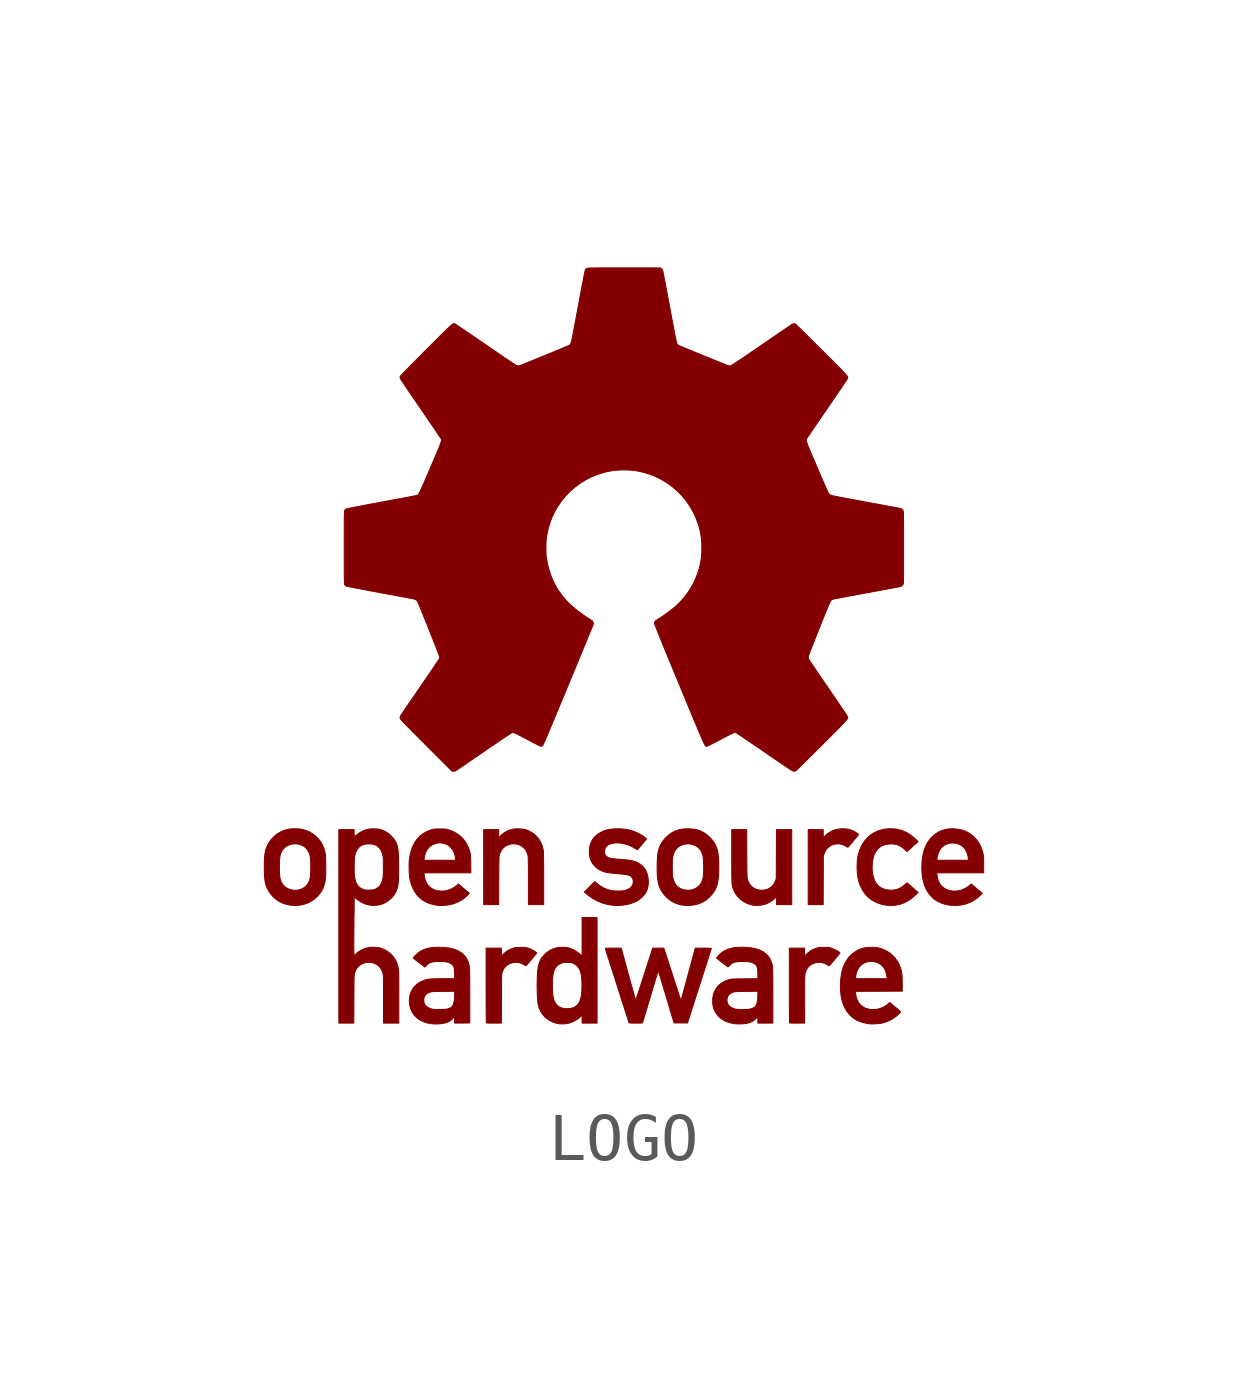
<source format=kicad_sym>
(kicad_symbol_lib
  (version 20231120)
  (generator "kicad_symbol_editor")
  (generator_version "8.0")
  (symbol "LOGO"
    (pin_names
      (offset 1.016))
    (property "Reference" "#G"
      (at 0 7.248 0)
      (effects (font (size 1.27 1.27)) (hide yes)))
    (symbol "LOGO_0_0"
      (polyline (pts (xy 4.152 -4.881) (xy 4.154 -4.373) (xy 4.171 -4.324) (xy 4.173 -4.321) (xy 4.188 -4.283) (xy 4.204 -4.252) (xy 4.224 -4.226) (xy 4.25 -4.199) (xy 4.286 -4.171) (xy 4.336 -4.145) (xy 4.391 -4.128) (xy 4.448 -4.121) (xy 4.505 -4.125) (xy 4.559 -4.139) (xy 4.577 -4.146) (xy 4.603 -4.159) (xy 4.628 -4.174) (xy 4.644 -4.183) (xy 4.658 -4.19) (xy 4.667 -4.191) (xy 4.673 -4.188) (xy 4.68 -4.179) (xy 4.696 -4.162) (xy 4.715 -4.139) (xy 4.738 -4.111) (xy 4.763 -4.081) (xy 4.789 -4.05) (xy 4.814 -4.02) (xy 4.838 -3.991) (xy 4.858 -3.966) (xy 4.874 -3.946) (xy 4.885 -3.932) (xy 4.889 -3.926) (xy 4.889 -3.926) (xy 4.882 -3.918) (xy 4.867 -3.907) (xy 4.846 -3.893) (xy 4.822 -3.878) (xy 4.796 -3.863) (xy 4.772 -3.851) (xy 4.734 -3.835) (xy 4.681 -3.819) (xy 4.626 -3.81) (xy 4.563 -3.807) (xy 4.517 -3.808) (xy 4.448 -3.817) (xy 4.385 -3.833) (xy 4.325 -3.858) (xy 4.266 -3.892) (xy 4.256 -3.899) (xy 4.23 -3.919) (xy 4.205 -3.939) (xy 4.187 -3.957) (xy 4.172 -3.973) (xy 4.16 -3.984) (xy 4.155 -3.989) (xy 4.154 -3.988) (xy 4.153 -3.98) (xy 4.152 -3.963) (xy 4.151 -3.938) (xy 4.151 -3.907) (xy 4.151 -3.826) (xy 3.995 -3.826) (xy 3.838 -3.826) (xy 3.838 -4.607) (xy 3.838 -5.389) (xy 3.994 -5.389) (xy 4.15 -5.389) (xy 4.152 -4.881)) (stroke (width 0.01) (type default)) (fill (type outline)))
      (polyline (pts (xy 2.788 -5.404) (xy 2.832 -5.401) (xy 2.873 -5.396) (xy 2.908 -5.389) (xy 2.921 -5.386) (xy 2.987 -5.362) (xy 3.049 -5.33) (xy 3.104 -5.291) (xy 3.151 -5.247) (xy 3.176 -5.218) (xy 3.176 -5.304) (xy 3.176 -5.389) (xy 3.335 -5.389) (xy 3.495 -5.389) (xy 3.495 -4.607) (xy 3.495 -3.826) (xy 3.335 -3.826) (xy 3.176 -3.826) (xy 3.174 -4.337) (xy 3.172 -4.848) (xy 3.158 -4.887) (xy 3.153 -4.899) (xy 3.124 -4.956) (xy 3.087 -5.003) (xy 3.043 -5.04) (xy 2.991 -5.067) (xy 2.934 -5.083) (xy 2.869 -5.089) (xy 2.806 -5.083) (xy 2.749 -5.067) (xy 2.697 -5.04) (xy 2.651 -5.002) (xy 2.621 -4.967) (xy 2.593 -4.918) (xy 2.571 -4.859) (xy 2.57 -4.854) (xy 2.568 -4.846) (xy 2.567 -4.835) (xy 2.565 -4.821) (xy 2.564 -4.803) (xy 2.563 -4.78) (xy 2.562 -4.752) (xy 2.561 -4.717) (xy 2.561 -4.675) (xy 2.56 -4.625) (xy 2.56 -4.566) (xy 2.559 -4.496) (xy 2.559 -4.416) (xy 2.558 -4.324) (xy 2.556 -3.826) (xy 2.4 -3.826) (xy 2.244 -3.826) (xy 2.244 -4.372) (xy 2.244 -4.441) (xy 2.244 -4.534) (xy 2.244 -4.615) (xy 2.245 -4.686) (xy 2.245 -4.748) (xy 2.246 -4.802) (xy 2.247 -4.847) (xy 2.248 -4.886) (xy 2.249 -4.919) (xy 2.251 -4.947) (xy 2.254 -4.97) (xy 2.256 -4.99) (xy 2.26 -5.008) (xy 2.264 -5.023) (xy 2.268 -5.038) (xy 2.273 -5.053) (xy 2.279 -5.068) (xy 2.283 -5.078) (xy 2.317 -5.148) (xy 2.362 -5.211) (xy 2.415 -5.267) (xy 2.476 -5.315) (xy 2.544 -5.354) (xy 2.618 -5.383) (xy 2.696 -5.402) (xy 2.709 -5.403) (xy 2.745 -5.405) (xy 2.788 -5.404)) (stroke (width 0.01) (type default)) (fill (type outline)))
      (polyline (pts (xy 3.764 -7.366) (xy 3.764 -7.334) (xy 3.764 -7.245) (xy 3.764 -7.167) (xy 3.764 -7.1) (xy 3.764 -7.042) (xy 3.765 -6.993) (xy 3.765 -6.952) (xy 3.766 -6.919) (xy 3.767 -6.892) (xy 3.768 -6.87) (xy 3.77 -6.853) (xy 3.771 -6.84) (xy 3.773 -6.83) (xy 3.787 -6.78) (xy 3.812 -6.726) (xy 3.847 -6.68) (xy 3.89 -6.644) (xy 3.941 -6.616) (xy 4.001 -6.598) (xy 4.004 -6.597) (xy 4.066 -6.591) (xy 4.127 -6.596) (xy 4.185 -6.614) (xy 4.239 -6.643) (xy 4.254 -6.652) (xy 4.268 -6.661) (xy 4.275 -6.664) (xy 4.278 -6.662) (xy 4.287 -6.651) (xy 4.302 -6.634) (xy 4.322 -6.611) (xy 4.346 -6.583) (xy 4.371 -6.554) (xy 4.397 -6.523) (xy 4.423 -6.492) (xy 4.446 -6.463) (xy 4.467 -6.438) (xy 4.484 -6.417) (xy 4.495 -6.403) (xy 4.5 -6.396) (xy 4.496 -6.389) (xy 4.483 -6.378) (xy 4.463 -6.365) (xy 4.437 -6.349) (xy 4.407 -6.334) (xy 4.375 -6.318) (xy 4.345 -6.305) (xy 4.316 -6.294) (xy 4.313 -6.293) (xy 4.296 -6.288) (xy 4.28 -6.284) (xy 4.261 -6.282) (xy 4.238 -6.281) (xy 4.207 -6.28) (xy 4.167 -6.28) (xy 4.134 -6.28) (xy 4.103 -6.281) (xy 4.079 -6.282) (xy 4.059 -6.284) (xy 4.042 -6.287) (xy 4.023 -6.293) (xy 4.001 -6.3) (xy 3.962 -6.314) (xy 3.909 -6.34) (xy 3.861 -6.372) (xy 3.812 -6.413) (xy 3.763 -6.459) (xy 3.763 -6.377) (xy 3.763 -6.295) (xy 3.604 -6.295) (xy 3.445 -6.295) (xy 3.445 -7.073) (xy 3.445 -7.165) (xy 3.445 -7.26) (xy 3.445 -7.35) (xy 3.445 -7.435) (xy 3.445 -7.514) (xy 3.446 -7.587) (xy 3.446 -7.653) (xy 3.446 -7.711) (xy 3.447 -7.76) (xy 3.447 -7.8) (xy 3.448 -7.829) (xy 3.448 -7.847) (xy 3.449 -7.854) (xy 3.453 -7.855) (xy 3.469 -7.856) (xy 3.494 -7.857) (xy 3.527 -7.858) (xy 3.565 -7.858) (xy 3.608 -7.858) (xy 3.763 -7.858) (xy 3.764 -7.366)) (stroke (width 0.01) (type default)) (fill (type outline)))
      (polyline (pts (xy -2.555 -7.347) (xy -2.555 -7.29) (xy -2.555 -7.205) (xy -2.555 -7.132) (xy -2.554 -7.068) (xy -2.554 -7.014) (xy -2.554 -6.969) (xy -2.553 -6.931) (xy -2.552 -6.901) (xy -2.551 -6.876) (xy -2.55 -6.856) (xy -2.549 -6.84) (xy -2.548 -6.828) (xy -2.546 -6.818) (xy -2.544 -6.81) (xy -2.542 -6.803) (xy -2.54 -6.795) (xy -2.535 -6.782) (xy -2.508 -6.726) (xy -2.473 -6.68) (xy -2.43 -6.643) (xy -2.378 -6.616) (xy -2.319 -6.598) (xy -2.316 -6.597) (xy -2.254 -6.591) (xy -2.193 -6.596) (xy -2.135 -6.614) (xy -2.081 -6.643) (xy -2.065 -6.653) (xy -2.051 -6.66) (xy -2.044 -6.663) (xy -2.041 -6.66) (xy -2.031 -6.649) (xy -2.015 -6.631) (xy -1.995 -6.607) (xy -1.972 -6.58) (xy -1.946 -6.55) (xy -1.92 -6.519) (xy -1.895 -6.488) (xy -1.871 -6.459) (xy -1.85 -6.434) (xy -1.834 -6.414) (xy -1.823 -6.4) (xy -1.819 -6.395) (xy -1.823 -6.39) (xy -1.835 -6.381) (xy -1.854 -6.368) (xy -1.877 -6.354) (xy -1.901 -6.34) (xy -1.924 -6.328) (xy -1.939 -6.32) (xy -1.972 -6.305) (xy -2.002 -6.294) (xy -2.032 -6.287) (xy -2.065 -6.282) (xy -2.105 -6.28) (xy -2.154 -6.28) (xy -2.186 -6.28) (xy -2.218 -6.281) (xy -2.242 -6.282) (xy -2.261 -6.284) (xy -2.278 -6.287) (xy -2.297 -6.293) (xy -2.319 -6.3) (xy -2.358 -6.314) (xy -2.411 -6.34) (xy -2.46 -6.372) (xy -2.508 -6.413) (xy -2.557 -6.459) (xy -2.557 -6.377) (xy -2.557 -6.295) (xy -2.716 -6.295) (xy -2.876 -6.295) (xy -2.876 -7.073) (xy -2.876 -7.165) (xy -2.876 -7.26) (xy -2.875 -7.35) (xy -2.875 -7.435) (xy -2.875 -7.514) (xy -2.875 -7.587) (xy -2.874 -7.653) (xy -2.874 -7.711) (xy -2.873 -7.76) (xy -2.873 -7.8) (xy -2.873 -7.829) (xy -2.872 -7.847) (xy -2.872 -7.854) (xy -2.867 -7.855) (xy -2.852 -7.856) (xy -2.826 -7.857) (xy -2.794 -7.858) (xy -2.755 -7.858) (xy -2.712 -7.858) (xy -2.557 -7.858) (xy -2.555 -7.347)) (stroke (width 0.01) (type default)) (fill (type outline)))
      (polyline (pts (xy -2.612 -4.887) (xy -2.611 -4.817) (xy -2.611 -4.734) (xy -2.611 -4.662) (xy -2.61 -4.599) (xy -2.61 -4.547) (xy -2.609 -4.503) (xy -2.608 -4.466) (xy -2.607 -4.436) (xy -2.607 -4.412) (xy -2.605 -4.393) (xy -2.604 -4.378) (xy -2.603 -4.366) (xy -2.601 -4.357) (xy -2.599 -4.349) (xy -2.588 -4.318) (xy -2.561 -4.261) (xy -2.525 -4.213) (xy -2.481 -4.175) (xy -2.429 -4.147) (xy -2.37 -4.129) (xy -2.358 -4.126) (xy -2.315 -4.121) (xy -2.275 -4.122) (xy -2.23 -4.129) (xy -2.183 -4.143) (xy -2.131 -4.17) (xy -2.087 -4.206) (xy -2.05 -4.251) (xy -2.022 -4.304) (xy -2.003 -4.362) (xy -2.003 -4.363) (xy -2.002 -4.373) (xy -2 -4.386) (xy -1.999 -4.404) (xy -1.998 -4.427) (xy -1.997 -4.456) (xy -1.996 -4.492) (xy -1.996 -4.536) (xy -1.995 -4.588) (xy -1.995 -4.649) (xy -1.994 -4.721) (xy -1.994 -4.803) (xy -1.994 -4.897) (xy -1.994 -5.389) (xy -1.835 -5.389) (xy -1.675 -5.389) (xy -1.675 -4.856) (xy -1.675 -4.818) (xy -1.676 -4.717) (xy -1.676 -4.625) (xy -1.676 -4.543) (xy -1.677 -4.47) (xy -1.678 -4.408) (xy -1.679 -4.356) (xy -1.68 -4.316) (xy -1.681 -4.287) (xy -1.682 -4.27) (xy -1.688 -4.233) (xy -1.709 -4.156) (xy -1.74 -4.084) (xy -1.781 -4.018) (xy -1.832 -3.959) (xy -1.89 -3.908) (xy -1.957 -3.867) (xy -1.963 -3.864) (xy -2.007 -3.843) (xy -2.047 -3.828) (xy -2.087 -3.818) (xy -2.13 -3.812) (xy -2.182 -3.809) (xy -2.206 -3.808) (xy -2.262 -3.809) (xy -2.311 -3.815) (xy -2.358 -3.826) (xy -2.406 -3.842) (xy -2.438 -3.857) (xy -2.477 -3.879) (xy -2.516 -3.905) (xy -2.551 -3.932) (xy -2.578 -3.957) (xy -2.592 -3.973) (xy -2.604 -3.984) (xy -2.609 -3.989) (xy -2.61 -3.988) (xy -2.611 -3.98) (xy -2.612 -3.963) (xy -2.613 -3.938) (xy -2.613 -3.907) (xy -2.613 -3.826) (xy -2.769 -3.826) (xy -2.926 -3.826) (xy -2.926 -4.607) (xy -2.926 -5.389) (xy -2.77 -5.389) (xy -2.614 -5.389) (xy -2.612 -4.887)) (stroke (width 0.01) (type default)) (fill (type outline)))
      (polyline (pts (xy 5.653 -5.401) (xy 5.744 -5.383) (xy 5.831 -5.353) (xy 5.915 -5.311) (xy 5.994 -5.257) (xy 6.069 -5.192) (xy 6.128 -5.135) (xy 6.02 -5.039) (xy 6.002 -5.023) (xy 5.972 -4.996) (xy 5.946 -4.973) (xy 5.925 -4.955) (xy 5.91 -4.942) (xy 5.903 -4.937) (xy 5.901 -4.936) (xy 5.89 -4.94) (xy 5.873 -4.953) (xy 5.848 -4.975) (xy 5.797 -5.018) (xy 5.74 -5.051) (xy 5.681 -5.074) (xy 5.616 -5.085) (xy 5.545 -5.087) (xy 5.531 -5.086) (xy 5.46 -5.077) (xy 5.396 -5.057) (xy 5.34 -5.028) (xy 5.292 -4.989) (xy 5.252 -4.94) (xy 5.22 -4.882) (xy 5.196 -4.814) (xy 5.181 -4.748) (xy 5.173 -4.673) (xy 5.171 -4.595) (xy 5.175 -4.517) (xy 5.186 -4.443) (xy 5.202 -4.376) (xy 5.214 -4.345) (xy 5.242 -4.289) (xy 5.276 -4.24) (xy 5.317 -4.199) (xy 5.361 -4.169) (xy 5.393 -4.154) (xy 5.45 -4.136) (xy 5.512 -4.126) (xy 5.575 -4.123) (xy 5.636 -4.127) (xy 5.692 -4.14) (xy 5.745 -4.163) (xy 5.805 -4.199) (xy 5.859 -4.247) (xy 5.896 -4.283) (xy 5.95 -4.234) (xy 5.972 -4.215) (xy 6.003 -4.187) (xy 6.037 -4.157) (xy 6.066 -4.13) (xy 6.128 -4.074) (xy 6.075 -4.023) (xy 6.029 -3.982) (xy 5.951 -3.922) (xy 5.869 -3.875) (xy 5.783 -3.84) (xy 5.694 -3.817) (xy 5.659 -3.812) (xy 5.614 -3.809) (xy 5.563 -3.808) (xy 5.513 -3.808) (xy 5.465 -3.811) (xy 5.425 -3.816) (xy 5.359 -3.831) (xy 5.274 -3.86) (xy 5.194 -3.9) (xy 5.123 -3.949) (xy 5.059 -4.008) (xy 5.002 -4.076) (xy 4.955 -4.153) (xy 4.916 -4.239) (xy 4.886 -4.332) (xy 4.873 -4.389) (xy 4.862 -4.47) (xy 4.857 -4.556) (xy 4.857 -4.645) (xy 4.862 -4.733) (xy 4.873 -4.816) (xy 4.889 -4.893) (xy 4.895 -4.914) (xy 4.923 -4.992) (xy 4.96 -5.067) (xy 5.003 -5.137) (xy 5.052 -5.198) (xy 5.089 -5.234) (xy 5.152 -5.284) (xy 5.224 -5.326) (xy 5.301 -5.36) (xy 5.383 -5.386) (xy 5.467 -5.401) (xy 5.559 -5.406) (xy 5.653 -5.401)) (stroke (width 0.01) (type default)) (fill (type outline)))
      (polyline (pts (xy 7.024 -5.397) (xy 7.116 -5.376) (xy 7.203 -5.345) (xy 7.285 -5.303) (xy 7.361 -5.252) (xy 7.429 -5.191) (xy 7.465 -5.153) (xy 7.351 -5.056) (xy 7.237 -4.959) (xy 7.205 -4.985) (xy 7.174 -5.01) (xy 7.107 -5.052) (xy 7.037 -5.083) (xy 6.965 -5.101) (xy 6.89 -5.107) (xy 6.833 -5.104) (xy 6.767 -5.091) (xy 6.707 -5.067) (xy 6.654 -5.034) (xy 6.61 -4.992) (xy 6.574 -4.942) (xy 6.547 -4.884) (xy 6.53 -4.818) (xy 6.528 -4.808) (xy 6.524 -4.781) (xy 6.521 -4.758) (xy 6.52 -4.744) (xy 6.52 -4.726) (xy 7.008 -4.726) (xy 7.496 -4.726) (xy 7.495 -4.572) (xy 7.495 -4.545) (xy 7.495 -4.499) (xy 7.494 -4.457) (xy 7.492 -4.419) (xy 7.491 -4.39) (xy 7.489 -4.37) (xy 7.486 -4.346) (xy 7.465 -4.258) (xy 7.434 -4.176) (xy 7.393 -4.099) (xy 7.343 -4.029) (xy 7.283 -3.967) (xy 7.214 -3.914) (xy 7.155 -3.878) (xy 7.091 -3.849) (xy 7.024 -3.828) (xy 6.953 -3.815) (xy 6.873 -3.809) (xy 6.833 -3.808) (xy 6.779 -3.81) (xy 6.731 -3.815) (xy 6.684 -3.825) (xy 6.636 -3.84) (xy 6.623 -3.845) (xy 6.547 -3.879) (xy 6.478 -3.924) (xy 6.416 -3.978) (xy 6.362 -4.042) (xy 6.315 -4.115) (xy 6.276 -4.197) (xy 6.245 -4.287) (xy 6.223 -4.384) (xy 6.217 -4.424) (xy 6.214 -4.464) (xy 6.519 -4.464) (xy 6.523 -4.428) (xy 6.526 -4.404) (xy 6.543 -4.333) (xy 6.567 -4.272) (xy 6.599 -4.22) (xy 6.64 -4.176) (xy 6.688 -4.143) (xy 6.744 -4.119) (xy 6.806 -4.106) (xy 6.813 -4.105) (xy 6.875 -4.104) (xy 6.935 -4.113) (xy 6.991 -4.133) (xy 7.041 -4.162) (xy 7.084 -4.2) (xy 7.119 -4.246) (xy 7.134 -4.275) (xy 7.152 -4.322) (xy 7.167 -4.372) (xy 7.174 -4.419) (xy 7.179 -4.464) (xy 6.849 -4.464) (xy 6.519 -4.464) (xy 6.214 -4.464) (xy 6.211 -4.488) (xy 6.208 -4.557) (xy 6.207 -4.628) (xy 6.209 -4.699) (xy 6.213 -4.764) (xy 6.22 -4.82) (xy 6.237 -4.902) (xy 6.265 -4.994) (xy 6.302 -5.077) (xy 6.348 -5.152) (xy 6.401 -5.217) (xy 6.463 -5.273) (xy 6.534 -5.319) (xy 6.612 -5.356) (xy 6.697 -5.383) (xy 6.79 -5.4) (xy 6.832 -5.404) (xy 6.929 -5.406) (xy 7.024 -5.397)) (stroke (width 0.01) (type default)) (fill (type outline)))
      (polyline (pts (xy -1.29 -7.875) (xy -1.252 -7.873) (xy -1.213 -7.869) (xy -1.178 -7.864) (xy -1.15 -7.859) (xy -1.11 -7.846) (xy -1.037 -7.815) (xy -0.969 -7.774) (xy -0.909 -7.726) (xy -0.875 -7.694) (xy -0.875 -7.776) (xy -0.875 -7.858) (xy -0.719 -7.858) (xy -0.563 -7.858) (xy -0.563 -6.758) (xy -0.563 -5.658) (xy -0.719 -5.658) (xy -0.875 -5.658) (xy -0.875 -6.058) (xy -0.875 -6.458) (xy -0.923 -6.418) (xy -0.923 -6.418) (xy -0.989 -6.369) (xy -1.056 -6.329) (xy -1.123 -6.3) (xy -1.149 -6.292) (xy -1.171 -6.286) (xy -1.195 -6.282) (xy -1.223 -6.28) (xy -1.26 -6.278) (xy -1.311 -6.278) (xy -1.391 -6.286) (xy -1.465 -6.305) (xy -1.534 -6.335) (xy -1.597 -6.376) (xy -1.656 -6.429) (xy -1.712 -6.493) (xy -1.73 -6.52) (xy -1.754 -6.567) (xy -1.773 -6.619) (xy -1.788 -6.674) (xy -1.794 -6.717) (xy -1.801 -6.772) (xy -1.806 -6.836) (xy -1.809 -6.907) (xy -1.811 -6.982) (xy -1.812 -7.059) (xy -1.812 -7.074) (xy -1.494 -7.074) (xy -1.493 -7.004) (xy -1.49 -6.932) (xy -1.484 -6.87) (xy -1.475 -6.817) (xy -1.463 -6.772) (xy -1.447 -6.734) (xy -1.427 -6.7) (xy -1.403 -6.671) (xy -1.4 -6.667) (xy -1.363 -6.637) (xy -1.319 -6.614) (xy -1.266 -6.599) (xy -1.238 -6.594) (xy -1.172 -6.59) (xy -1.105 -6.598) (xy -1.067 -6.609) (xy -1.018 -6.633) (xy -0.977 -6.666) (xy -0.943 -6.71) (xy -0.916 -6.763) (xy -0.897 -6.827) (xy -0.892 -6.854) (xy -0.886 -6.905) (xy -0.881 -6.963) (xy -0.878 -7.026) (xy -0.878 -7.091) (xy -0.879 -7.156) (xy -0.883 -7.216) (xy -0.888 -7.271) (xy -0.894 -7.306) (xy -0.911 -7.372) (xy -0.935 -7.427) (xy -0.967 -7.473) (xy -1.005 -7.508) (xy -1.052 -7.534) (xy -1.105 -7.551) (xy -1.134 -7.555) (xy -1.172 -7.557) (xy -1.212 -7.557) (xy -1.249 -7.554) (xy -1.279 -7.549) (xy -1.331 -7.531) (xy -1.377 -7.503) (xy -1.414 -7.466) (xy -1.444 -7.419) (xy -1.456 -7.392) (xy -1.468 -7.354) (xy -1.478 -7.313) (xy -1.486 -7.266) (xy -1.49 -7.212) (xy -1.493 -7.148) (xy -1.494 -7.074) (xy -1.812 -7.074) (xy -1.812 -7.137) (xy -1.81 -7.213) (xy -1.808 -7.285) (xy -1.803 -7.352) (xy -1.798 -7.411) (xy -1.791 -7.46) (xy -1.788 -7.475) (xy -1.769 -7.545) (xy -1.742 -7.608) (xy -1.704 -7.667) (xy -1.655 -7.723) (xy -1.635 -7.743) (xy -1.573 -7.79) (xy -1.504 -7.828) (xy -1.429 -7.856) (xy -1.347 -7.873) (xy -1.323 -7.875) (xy -1.29 -7.875)) (stroke (width 0.01) (type default)) (fill (type outline)))
      (polyline (pts (xy 5.208 -7.874) (xy 5.25 -7.872) (xy 5.291 -7.869) (xy 5.327 -7.866) (xy 5.354 -7.862) (xy 5.395 -7.853) (xy 5.481 -7.825) (xy 5.563 -7.788) (xy 5.637 -7.742) (xy 5.641 -7.739) (xy 5.663 -7.722) (xy 5.687 -7.702) (xy 5.711 -7.681) (xy 5.732 -7.66) (xy 5.749 -7.643) (xy 5.76 -7.629) (xy 5.763 -7.622) (xy 5.761 -7.62) (xy 5.751 -7.61) (xy 5.733 -7.594) (xy 5.71 -7.573) (xy 5.681 -7.548) (xy 5.649 -7.521) (xy 5.538 -7.426) (xy 5.505 -7.456) (xy 5.464 -7.489) (xy 5.406 -7.524) (xy 5.343 -7.551) (xy 5.279 -7.568) (xy 5.213 -7.576) (xy 5.149 -7.575) (xy 5.086 -7.564) (xy 5.027 -7.545) (xy 4.973 -7.515) (xy 4.926 -7.477) (xy 4.902 -7.449) (xy 4.871 -7.4) (xy 4.847 -7.345) (xy 4.832 -7.286) (xy 4.826 -7.228) (xy 4.826 -7.196) (xy 5.312 -7.194) (xy 5.798 -7.192) (xy 5.798 -7.033) (xy 5.798 -7.019) (xy 5.797 -6.968) (xy 5.796 -6.92) (xy 5.794 -6.878) (xy 5.792 -6.844) (xy 5.789 -6.821) (xy 5.788 -6.812) (xy 5.768 -6.726) (xy 5.738 -6.645) (xy 5.697 -6.569) (xy 5.647 -6.5) (xy 5.589 -6.439) (xy 5.523 -6.386) (xy 5.45 -6.344) (xy 5.44 -6.339) (xy 5.38 -6.313) (xy 5.322 -6.295) (xy 5.263 -6.283) (xy 5.199 -6.278) (xy 5.127 -6.278) (xy 5.072 -6.281) (xy 5.02 -6.288) (xy 4.974 -6.298) (xy 4.93 -6.313) (xy 4.883 -6.333) (xy 4.819 -6.369) (xy 4.75 -6.419) (xy 4.691 -6.479) (xy 4.639 -6.548) (xy 4.596 -6.626) (xy 4.562 -6.713) (xy 4.536 -6.809) (xy 4.519 -6.908) (xy 4.826 -6.908) (xy 4.829 -6.874) (xy 4.838 -6.83) (xy 4.852 -6.784) (xy 4.87 -6.742) (xy 4.87 -6.741) (xy 4.902 -6.69) (xy 4.942 -6.647) (xy 4.99 -6.613) (xy 5.043 -6.589) (xy 5.102 -6.575) (xy 5.164 -6.572) (xy 5.228 -6.58) (xy 5.254 -6.586) (xy 5.308 -6.609) (xy 5.357 -6.642) (xy 5.399 -6.683) (xy 5.431 -6.731) (xy 5.444 -6.76) (xy 5.46 -6.803) (xy 5.472 -6.851) (xy 5.479 -6.897) (xy 5.484 -6.933) (xy 5.155 -6.933) (xy 4.826 -6.933) (xy 4.826 -6.908) (xy 4.519 -6.908) (xy 4.518 -6.913) (xy 4.51 -7.027) (xy 4.509 -7.037) (xy 4.51 -7.152) (xy 4.519 -7.26) (xy 4.537 -7.361) (xy 4.564 -7.453) (xy 4.6 -7.536) (xy 4.644 -7.612) (xy 4.696 -7.678) (xy 4.757 -7.735) (xy 4.825 -7.783) (xy 4.852 -7.798) (xy 4.911 -7.824) (xy 4.977 -7.845) (xy 5.047 -7.862) (xy 5.117 -7.873) (xy 5.136 -7.874) (xy 5.169 -7.875) (xy 5.208 -7.874)) (stroke (width 0.01) (type default)) (fill (type outline)))
      (polyline (pts (xy -3.731 -5.404) (xy -3.635 -5.391) (xy -3.542 -5.366) (xy -3.454 -5.33) (xy -3.432 -5.319) (xy -3.371 -5.283) (xy -3.317 -5.242) (xy -3.264 -5.193) (xy -3.225 -5.153) (xy -3.339 -5.056) (xy -3.453 -4.958) (xy -3.481 -4.983) (xy -3.534 -5.024) (xy -3.6 -5.062) (xy -3.671 -5.089) (xy -3.743 -5.104) (xy -3.818 -5.107) (xy -3.893 -5.098) (xy -3.941 -5.085) (xy -3.999 -5.058) (xy -4.05 -5.023) (xy -4.092 -4.978) (xy -4.125 -4.925) (xy -4.148 -4.865) (xy -4.155 -4.836) (xy -4.162 -4.802) (xy -4.166 -4.771) (xy -4.17 -4.726) (xy -3.682 -4.726) (xy -3.193 -4.726) (xy -3.196 -4.537) (xy -3.197 -4.489) (xy -3.198 -4.444) (xy -3.199 -4.409) (xy -3.2 -4.38) (xy -3.201 -4.358) (xy -3.204 -4.339) (xy -3.207 -4.322) (xy -3.21 -4.306) (xy -3.215 -4.288) (xy -3.243 -4.202) (xy -3.28 -4.124) (xy -3.326 -4.053) (xy -3.382 -3.989) (xy -3.428 -3.949) (xy -3.497 -3.9) (xy -3.574 -3.86) (xy -3.66 -3.828) (xy -3.662 -3.828) (xy -3.682 -3.822) (xy -3.7 -3.817) (xy -3.717 -3.814) (xy -3.738 -3.813) (xy -3.763 -3.812) (xy -3.796 -3.811) (xy -3.838 -3.811) (xy -3.843 -3.811) (xy -3.885 -3.811) (xy -3.917 -3.812) (xy -3.941 -3.813) (xy -3.961 -3.815) (xy -3.979 -3.818) (xy -3.996 -3.822) (xy -4.017 -3.828) (xy -4.03 -3.832) (xy -4.112 -3.865) (xy -4.187 -3.908) (xy -4.253 -3.959) (xy -4.311 -4.021) (xy -4.361 -4.091) (xy -4.402 -4.171) (xy -4.436 -4.26) (xy -4.46 -4.358) (xy -4.477 -4.464) (xy -4.17 -4.464) (xy -4.166 -4.428) (xy -4.154 -4.36) (xy -4.133 -4.295) (xy -4.103 -4.239) (xy -4.065 -4.191) (xy -4.047 -4.175) (xy -4.002 -4.145) (xy -3.95 -4.122) (xy -3.894 -4.106) (xy -3.838 -4.101) (xy -3.806 -4.104) (xy -3.764 -4.111) (xy -3.724 -4.123) (xy -3.688 -4.136) (xy -3.682 -4.14) (xy -3.645 -4.165) (xy -3.609 -4.199) (xy -3.578 -4.237) (xy -3.554 -4.277) (xy -3.553 -4.281) (xy -3.537 -4.32) (xy -3.525 -4.362) (xy -3.516 -4.404) (xy -3.513 -4.439) (xy -3.513 -4.464) (xy -3.842 -4.464) (xy -4.17 -4.464) (xy -4.477 -4.464) (xy -4.477 -4.465) (xy -4.478 -4.471) (xy -4.48 -4.51) (xy -4.481 -4.555) (xy -4.481 -4.606) (xy -4.48 -4.659) (xy -4.478 -4.712) (xy -4.475 -4.76) (xy -4.472 -4.802) (xy -4.467 -4.834) (xy -4.463 -4.857) (xy -4.438 -4.954) (xy -4.404 -5.042) (xy -4.363 -5.12) (xy -4.314 -5.189) (xy -4.257 -5.248) (xy -4.191 -5.298) (xy -4.117 -5.339) (xy -4.079 -5.355) (xy -4.02 -5.375) (xy -3.957 -5.391) (xy -3.896 -5.401) (xy -3.832 -5.406) (xy -3.731 -5.404)) (stroke (width 0.01) (type default)) (fill (type outline)))
      (polyline (pts (xy 1.387 -5.404) (xy 1.475 -5.392) (xy 1.559 -5.369) (xy 1.638 -5.336) (xy 1.71 -5.292) (xy 1.715 -5.288) (xy 1.747 -5.262) (xy 1.782 -5.228) (xy 1.817 -5.191) (xy 1.848 -5.154) (xy 1.873 -5.12) (xy 1.885 -5.1) (xy 1.91 -5.053) (xy 1.93 -5.002) (xy 1.946 -4.945) (xy 1.958 -4.882) (xy 1.967 -4.812) (xy 1.972 -4.733) (xy 1.974 -4.645) (xy 1.973 -4.545) (xy 1.972 -4.514) (xy 1.97 -4.443) (xy 1.965 -4.381) (xy 1.959 -4.327) (xy 1.95 -4.28) (xy 1.94 -4.238) (xy 1.926 -4.198) (xy 1.91 -4.16) (xy 1.892 -4.123) (xy 1.848 -4.056) (xy 1.795 -3.994) (xy 1.735 -3.939) (xy 1.669 -3.892) (xy 1.6 -3.857) (xy 1.586 -3.851) (xy 1.545 -3.836) (xy 1.505 -3.824) (xy 1.463 -3.817) (xy 1.416 -3.812) (xy 1.36 -3.809) (xy 1.299 -3.808) (xy 1.242 -3.811) (xy 1.191 -3.818) (xy 1.142 -3.829) (xy 1.092 -3.845) (xy 1.054 -3.86) (xy 0.984 -3.898) (xy 0.918 -3.947) (xy 0.859 -4.003) (xy 0.807 -4.067) (xy 0.765 -4.136) (xy 0.749 -4.169) (xy 0.733 -4.209) (xy 0.72 -4.251) (xy 0.709 -4.297) (xy 0.701 -4.348) (xy 0.696 -4.407) (xy 0.692 -4.474) (xy 0.689 -4.553) (xy 0.689 -4.572) (xy 0.689 -4.611) (xy 1.004 -4.611) (xy 1.004 -4.557) (xy 1.006 -4.505) (xy 1.008 -4.458) (xy 1.011 -4.418) (xy 1.015 -4.389) (xy 1.029 -4.334) (xy 1.053 -4.278) (xy 1.086 -4.229) (xy 1.125 -4.19) (xy 1.171 -4.16) (xy 1.214 -4.142) (xy 1.276 -4.126) (xy 1.339 -4.121) (xy 1.403 -4.129) (xy 1.444 -4.141) (xy 1.501 -4.166) (xy 1.549 -4.2) (xy 1.589 -4.244) (xy 1.619 -4.296) (xy 1.641 -4.356) (xy 1.643 -4.368) (xy 1.649 -4.404) (xy 1.653 -4.45) (xy 1.657 -4.502) (xy 1.658 -4.558) (xy 1.659 -4.617) (xy 1.658 -4.674) (xy 1.656 -4.729) (xy 1.652 -4.779) (xy 1.647 -4.821) (xy 1.641 -4.853) (xy 1.633 -4.881) (xy 1.607 -4.939) (xy 1.572 -4.987) (xy 1.528 -5.027) (xy 1.476 -5.058) (xy 1.416 -5.079) (xy 1.409 -5.081) (xy 1.369 -5.087) (xy 1.325 -5.088) (xy 1.281 -5.085) (xy 1.244 -5.079) (xy 1.241 -5.078) (xy 1.181 -5.056) (xy 1.131 -5.026) (xy 1.089 -4.988) (xy 1.056 -4.941) (xy 1.031 -4.884) (xy 1.015 -4.818) (xy 1.012 -4.798) (xy 1.008 -4.761) (xy 1.006 -4.715) (xy 1.005 -4.664) (xy 1.004 -4.611) (xy 0.689 -4.611) (xy 0.689 -4.67) (xy 0.692 -4.758) (xy 0.698 -4.835) (xy 0.708 -4.905) (xy 0.722 -4.967) (xy 0.741 -5.024) (xy 0.764 -5.075) (xy 0.793 -5.123) (xy 0.826 -5.169) (xy 0.866 -5.213) (xy 0.887 -5.234) (xy 0.934 -5.277) (xy 0.983 -5.311) (xy 1.035 -5.341) (xy 1.079 -5.36) (xy 1.131 -5.378) (xy 1.185 -5.392) (xy 1.235 -5.401) (xy 1.296 -5.406) (xy 1.387 -5.404)) (stroke (width 0.01) (type default)) (fill (type outline)))
      (polyline (pts (xy -6.766 -5.401) (xy -6.679 -5.384) (xy -6.597 -5.356) (xy -6.521 -5.318) (xy -6.451 -5.269) (xy -6.387 -5.21) (xy -6.331 -5.142) (xy -6.329 -5.138) (xy -6.304 -5.101) (xy -6.285 -5.067) (xy -6.27 -5.032) (xy -6.255 -4.99) (xy -6.252 -4.978) (xy -6.243 -4.947) (xy -6.235 -4.918) (xy -6.23 -4.888) (xy -6.225 -4.856) (xy -6.222 -4.82) (xy -6.22 -4.779) (xy -6.218 -4.73) (xy -6.218 -4.673) (xy -6.217 -4.604) (xy -6.217 -4.597) (xy -6.218 -4.529) (xy -6.218 -4.473) (xy -6.22 -4.425) (xy -6.222 -4.384) (xy -6.226 -4.349) (xy -6.23 -4.317) (xy -6.236 -4.287) (xy -6.244 -4.257) (xy -6.253 -4.226) (xy -6.253 -4.226) (xy -6.283 -4.151) (xy -6.323 -4.08) (xy -6.373 -4.016) (xy -6.431 -3.958) (xy -6.497 -3.908) (xy -6.568 -3.868) (xy -6.645 -3.837) (xy -6.725 -3.817) (xy -6.758 -3.812) (xy -6.801 -3.809) (xy -6.849 -3.808) (xy -6.897 -3.808) (xy -6.941 -3.81) (xy -6.977 -3.814) (xy -7.015 -3.821) (xy -7.096 -3.845) (xy -7.171 -3.88) (xy -7.242 -3.924) (xy -7.305 -3.977) (xy -7.36 -4.037) (xy -7.407 -4.104) (xy -7.444 -4.176) (xy -7.47 -4.254) (xy -7.47 -4.256) (xy -7.478 -4.29) (xy -7.485 -4.323) (xy -7.49 -4.356) (xy -7.493 -4.393) (xy -7.496 -4.434) (xy -7.498 -4.481) (xy -7.498 -4.537) (xy -7.499 -4.604) (xy -7.499 -4.621) (xy -7.498 -4.639) (xy -7.184 -4.639) (xy -7.184 -4.582) (xy -7.183 -4.526) (xy -7.181 -4.474) (xy -7.178 -4.426) (xy -7.173 -4.387) (xy -7.168 -4.357) (xy -7.154 -4.316) (xy -7.127 -4.261) (xy -7.09 -4.215) (xy -7.044 -4.176) (xy -6.991 -4.148) (xy -6.93 -4.129) (xy -6.91 -4.125) (xy -6.869 -4.121) (xy -6.83 -4.122) (xy -6.786 -4.129) (xy -6.747 -4.139) (xy -6.691 -4.163) (xy -6.643 -4.197) (xy -6.604 -4.239) (xy -6.573 -4.291) (xy -6.562 -4.315) (xy -6.553 -4.342) (xy -6.545 -4.37) (xy -6.539 -4.402) (xy -6.535 -4.44) (xy -6.533 -4.484) (xy -6.531 -4.537) (xy -6.531 -4.601) (xy -6.531 -4.649) (xy -6.532 -4.711) (xy -6.535 -4.763) (xy -6.539 -4.808) (xy -6.545 -4.845) (xy -6.554 -4.878) (xy -6.566 -4.908) (xy -6.58 -4.936) (xy -6.598 -4.964) (xy -6.626 -4.998) (xy -6.67 -5.035) (xy -6.722 -5.063) (xy -6.782 -5.082) (xy -6.804 -5.085) (xy -6.834 -5.088) (xy -6.863 -5.088) (xy -6.912 -5.085) (xy -6.973 -5.07) (xy -7.027 -5.046) (xy -7.075 -5.011) (xy -7.114 -4.967) (xy -7.146 -4.914) (xy -7.168 -4.853) (xy -7.172 -4.83) (xy -7.177 -4.792) (xy -7.181 -4.746) (xy -7.183 -4.695) (xy -7.184 -4.639) (xy -7.498 -4.639) (xy -7.498 -4.699) (xy -7.496 -4.766) (xy -7.492 -4.825) (xy -7.486 -4.876) (xy -7.479 -4.921) (xy -7.469 -4.963) (xy -7.457 -5.002) (xy -7.441 -5.041) (xy -7.434 -5.058) (xy -7.405 -5.108) (xy -7.369 -5.16) (xy -7.327 -5.21) (xy -7.282 -5.255) (xy -7.236 -5.292) (xy -7.183 -5.325) (xy -7.11 -5.36) (xy -7.033 -5.385) (xy -6.955 -5.401) (xy -6.951 -5.401) (xy -6.857 -5.407) (xy -6.766 -5.401)) (stroke (width 0.01) (type default)) (fill (type outline)))
      (polyline (pts (xy -3.832 -7.872) (xy -3.77 -7.864) (xy -3.716 -7.851) (xy -3.7 -7.846) (xy -3.651 -7.825) (xy -3.609 -7.798) (xy -3.57 -7.76) (xy -3.532 -7.719) (xy -3.532 -7.789) (xy -3.532 -7.858) (xy -3.374 -7.857) (xy -3.216 -7.855) (xy -3.216 -7.289) (xy -3.216 -7.232) (xy -3.216 -7.137) (xy -3.217 -7.053) (xy -3.217 -6.98) (xy -3.217 -6.916) (xy -3.218 -6.862) (xy -3.218 -6.816) (xy -3.219 -6.778) (xy -3.22 -6.747) (xy -3.221 -6.722) (xy -3.222 -6.702) (xy -3.223 -6.687) (xy -3.225 -6.677) (xy -3.23 -6.651) (xy -3.252 -6.578) (xy -3.282 -6.514) (xy -3.322 -6.457) (xy -3.37 -6.409) (xy -3.428 -6.368) (xy -3.495 -6.335) (xy -3.571 -6.309) (xy -3.658 -6.291) (xy -3.754 -6.28) (xy -3.861 -6.277) (xy -3.921 -6.278) (xy -3.998 -6.283) (xy -4.067 -6.294) (xy -4.129 -6.309) (xy -4.187 -6.331) (xy -4.242 -6.359) (xy -4.25 -6.364) (xy -4.27 -6.379) (xy -4.293 -6.398) (xy -4.317 -6.419) (xy -4.341 -6.441) (xy -4.362 -6.462) (xy -4.38 -6.48) (xy -4.391 -6.494) (xy -4.394 -6.501) (xy -4.391 -6.504) (xy -4.38 -6.514) (xy -4.36 -6.529) (xy -4.335 -6.549) (xy -4.305 -6.573) (xy -4.271 -6.598) (xy -4.151 -6.69) (xy -4.122 -6.658) (xy -4.118 -6.654) (xy -4.093 -6.629) (xy -4.066 -6.61) (xy -4.035 -6.596) (xy -4 -6.585) (xy -3.957 -6.579) (xy -3.906 -6.575) (xy -3.845 -6.574) (xy -3.8 -6.575) (xy -3.752 -6.577) (xy -3.712 -6.582) (xy -3.679 -6.588) (xy -3.649 -6.598) (xy -3.62 -6.611) (xy -3.61 -6.617) (xy -3.589 -6.631) (xy -3.573 -6.646) (xy -3.561 -6.662) (xy -3.552 -6.677) (xy -3.545 -6.694) (xy -3.54 -6.715) (xy -3.537 -6.742) (xy -3.535 -6.777) (xy -3.534 -6.822) (xy -3.531 -6.933) (xy -3.772 -6.933) (xy -3.781 -6.933) (xy -3.851 -6.933) (xy -3.91 -6.934) (xy -3.96 -6.935) (xy -4.001 -6.936) (xy -4.036 -6.939) (xy -4.066 -6.941) (xy -4.093 -6.946) (xy -4.117 -6.95) (xy -4.141 -6.957) (xy -4.165 -6.964) (xy -4.184 -6.971) (xy -4.251 -7.002) (xy -4.311 -7.042) (xy -4.362 -7.09) (xy -4.405 -7.145) (xy -4.438 -7.207) (xy -4.462 -7.273) (xy -4.474 -7.344) (xy -4.475 -7.379) (xy -4.176 -7.379) (xy -4.171 -7.336) (xy -4.156 -7.295) (xy -4.13 -7.261) (xy -4.093 -7.234) (xy -4.046 -7.213) (xy -4.045 -7.213) (xy -4.034 -7.209) (xy -4.022 -7.206) (xy -4.01 -7.204) (xy -3.994 -7.202) (xy -3.975 -7.201) (xy -3.95 -7.2) (xy -3.918 -7.199) (xy -3.878 -7.198) (xy -3.828 -7.197) (xy -3.767 -7.197) (xy -3.53 -7.195) (xy -3.534 -7.3) (xy -3.537 -7.356) (xy -3.543 -7.409) (xy -3.553 -7.452) (xy -3.567 -7.487) (xy -3.586 -7.514) (xy -3.611 -7.535) (xy -3.643 -7.551) (xy -3.681 -7.563) (xy -3.697 -7.566) (xy -3.728 -7.569) (xy -3.767 -7.572) (xy -3.81 -7.574) (xy -3.854 -7.575) (xy -3.898 -7.575) (xy -3.937 -7.573) (xy -3.97 -7.571) (xy -3.993 -7.568) (xy -4.04 -7.554) (xy -4.089 -7.532) (xy -4.127 -7.503) (xy -4.154 -7.468) (xy -4.17 -7.427) (xy -4.176 -7.379) (xy -4.475 -7.379) (xy -4.476 -7.418) (xy -4.466 -7.494) (xy -4.463 -7.506) (xy -4.441 -7.578) (xy -4.408 -7.644) (xy -4.365 -7.702) (xy -4.313 -7.752) (xy -4.252 -7.795) (xy -4.183 -7.829) (xy -4.106 -7.854) (xy -4.022 -7.87) (xy -3.965 -7.875) (xy -3.898 -7.876) (xy -3.832 -7.872)) (stroke (width 0.01) (type default)) (fill (type outline)))
      (polyline (pts (xy -0.007 -5.397) (xy 0.092 -5.379) (xy 0.133 -5.368) (xy 0.207 -5.342) (xy 0.273 -5.31) (xy 0.331 -5.271) (xy 0.385 -5.224) (xy 0.386 -5.222) (xy 0.431 -5.17) (xy 0.465 -5.115) (xy 0.488 -5.056) (xy 0.502 -4.991) (xy 0.506 -4.919) (xy 0.505 -4.872) (xy 0.494 -4.794) (xy 0.473 -4.723) (xy 0.443 -4.66) (xy 0.403 -4.605) (xy 0.354 -4.558) (xy 0.295 -4.52) (xy 0.229 -4.49) (xy 0.153 -4.47) (xy 0.135 -4.466) (xy 0.104 -4.462) (xy 0.066 -4.458) (xy 0.021 -4.454) (xy -0.026 -4.449) (xy -0.075 -4.445) (xy -0.106 -4.443) (xy -0.163 -4.438) (xy -0.209 -4.434) (xy -0.246 -4.429) (xy -0.277 -4.424) (xy -0.301 -4.418) (xy -0.32 -4.412) (xy -0.337 -4.403) (xy -0.351 -4.393) (xy -0.366 -4.381) (xy -0.37 -4.378) (xy -0.392 -4.352) (xy -0.404 -4.324) (xy -0.408 -4.289) (xy -0.407 -4.271) (xy -0.401 -4.231) (xy -0.386 -4.199) (xy -0.362 -4.169) (xy -0.362 -4.169) (xy -0.333 -4.145) (xy -0.298 -4.127) (xy -0.254 -4.114) (xy -0.201 -4.106) (xy -0.173 -4.103) (xy -0.093 -4.104) (xy -0.011 -4.117) (xy 0.072 -4.14) (xy 0.152 -4.173) (xy 0.228 -4.216) (xy 0.235 -4.221) (xy 0.255 -4.233) (xy 0.269 -4.242) (xy 0.276 -4.245) (xy 0.278 -4.243) (xy 0.287 -4.233) (xy 0.302 -4.216) (xy 0.321 -4.194) (xy 0.344 -4.169) (xy 0.368 -4.141) (xy 0.392 -4.112) (xy 0.415 -4.085) (xy 0.435 -4.061) (xy 0.452 -4.041) (xy 0.463 -4.027) (xy 0.468 -4.02) (xy 0.467 -4.018) (xy 0.458 -4.008) (xy 0.441 -3.994) (xy 0.419 -3.978) (xy 0.393 -3.959) (xy 0.366 -3.941) (xy 0.338 -3.925) (xy 0.284 -3.895) (xy 0.203 -3.861) (xy 0.119 -3.835) (xy 0.029 -3.818) (xy -0.068 -3.809) (xy -0.173 -3.809) (xy -0.22 -3.811) (xy -0.278 -3.816) (xy -0.33 -3.824) (xy -0.377 -3.836) (xy -0.423 -3.853) (xy -0.472 -3.876) (xy -0.489 -3.884) (xy -0.551 -3.923) (xy -0.603 -3.966) (xy -0.645 -4.016) (xy -0.678 -4.073) (xy -0.68 -4.077) (xy -0.698 -4.119) (xy -0.711 -4.161) (xy -0.719 -4.207) (xy -0.723 -4.261) (xy -0.724 -4.312) (xy -0.718 -4.374) (xy -0.704 -4.432) (xy -0.68 -4.489) (xy -0.657 -4.529) (xy -0.616 -4.581) (xy -0.565 -4.627) (xy -0.508 -4.665) (xy -0.444 -4.694) (xy -0.426 -4.701) (xy -0.401 -4.708) (xy -0.375 -4.715) (xy -0.345 -4.72) (xy -0.31 -4.726) (xy -0.267 -4.731) (xy -0.215 -4.736) (xy -0.153 -4.742) (xy -0.115 -4.745) (xy -0.06 -4.751) (xy -0.016 -4.755) (xy 0.019 -4.76) (xy 0.047 -4.764) (xy 0.07 -4.768) (xy 0.088 -4.773) (xy 0.103 -4.778) (xy 0.117 -4.784) (xy 0.148 -4.804) (xy 0.172 -4.833) (xy 0.187 -4.868) (xy 0.192 -4.907) (xy 0.187 -4.948) (xy 0.172 -4.989) (xy 0.15 -5.021) (xy 0.118 -5.049) (xy 0.075 -5.073) (xy 0.022 -5.093) (xy 0.004 -5.097) (xy -0.031 -5.102) (xy -0.073 -5.104) (xy -0.119 -5.105) (xy -0.167 -5.104) (xy -0.213 -5.101) (xy -0.255 -5.097) (xy -0.289 -5.09) (xy -0.361 -5.068) (xy -0.433 -5.037) (xy -0.501 -4.996) (xy -0.569 -4.943) (xy -0.611 -4.908) (xy -0.72 -5.018) (xy -0.828 -5.127) (xy -0.806 -5.146) (xy -0.732 -5.205) (xy -0.636 -5.269) (xy -0.537 -5.321) (xy -0.435 -5.36) (xy -0.33 -5.388) (xy -0.222 -5.403) (xy -0.21 -5.404) (xy -0.109 -5.406) (xy -0.007 -5.397)) (stroke (width 0.01) (type default)) (fill (type outline)))
      (polyline (pts (xy 0.325 -7.858) (xy 0.349 -7.857) (xy 0.365 -7.856) (xy 0.376 -7.855) (xy 0.382 -7.852) (xy 0.385 -7.849) (xy 0.387 -7.844) (xy 0.389 -7.837) (xy 0.395 -7.819) (xy 0.403 -7.791) (xy 0.415 -7.753) (xy 0.429 -7.706) (xy 0.445 -7.652) (xy 0.463 -7.591) (xy 0.483 -7.524) (xy 0.504 -7.452) (xy 0.527 -7.377) (xy 0.551 -7.297) (xy 0.573 -7.222) (xy 0.596 -7.146) (xy 0.617 -7.075) (xy 0.637 -7.009) (xy 0.655 -6.949) (xy 0.671 -6.896) (xy 0.685 -6.851) (xy 0.697 -6.814) (xy 0.705 -6.787) (xy 0.711 -6.77) (xy 0.713 -6.764) (xy 0.713 -6.764) (xy 0.715 -6.771) (xy 0.721 -6.789) (xy 0.73 -6.817) (xy 0.742 -6.855) (xy 0.756 -6.901) (xy 0.772 -6.955) (xy 0.79 -7.015) (xy 0.811 -7.082) (xy 0.832 -7.154) (xy 0.855 -7.23) (xy 0.879 -7.31) (xy 1.042 -7.855) (xy 1.182 -7.855) (xy 1.322 -7.855) (xy 1.57 -7.08) (xy 1.578 -7.056) (xy 1.608 -6.962) (xy 1.637 -6.871) (xy 1.665 -6.784) (xy 1.691 -6.702) (xy 1.715 -6.626) (xy 1.738 -6.556) (xy 1.758 -6.492) (xy 1.776 -6.437) (xy 1.79 -6.39) (xy 1.802 -6.352) (xy 1.811 -6.324) (xy 1.817 -6.306) (xy 1.819 -6.3) (xy 1.813 -6.299) (xy 1.796 -6.298) (xy 1.77 -6.297) (xy 1.736 -6.296) (xy 1.696 -6.295) (xy 1.652 -6.295) (xy 1.485 -6.295) (xy 1.338 -6.835) (xy 1.317 -6.912) (xy 1.297 -6.988) (xy 1.277 -7.06) (xy 1.258 -7.128) (xy 1.242 -7.189) (xy 1.227 -7.243) (xy 1.214 -7.29) (xy 1.203 -7.328) (xy 1.195 -7.356) (xy 1.19 -7.375) (xy 1.188 -7.382) (xy 1.185 -7.38) (xy 1.179 -7.369) (xy 1.171 -7.349) (xy 1.162 -7.323) (xy 1.161 -7.319) (xy 1.154 -7.3) (xy 1.145 -7.269) (xy 1.132 -7.23) (xy 1.116 -7.181) (xy 1.098 -7.126) (xy 1.078 -7.064) (xy 1.056 -6.997) (xy 1.033 -6.926) (xy 1.009 -6.851) (xy 0.985 -6.775) (xy 0.829 -6.295) (xy 0.713 -6.295) (xy 0.597 -6.295) (xy 0.426 -6.825) (xy 0.402 -6.898) (xy 0.378 -6.974) (xy 0.354 -7.046) (xy 0.333 -7.113) (xy 0.313 -7.174) (xy 0.295 -7.229) (xy 0.28 -7.276) (xy 0.267 -7.315) (xy 0.257 -7.345) (xy 0.25 -7.365) (xy 0.247 -7.373) (xy 0.246 -7.375) (xy 0.244 -7.375) (xy 0.242 -7.372) (xy 0.239 -7.366) (xy 0.234 -7.354) (xy 0.229 -7.338) (xy 0.222 -7.316) (xy 0.213 -7.287) (xy 0.203 -7.251) (xy 0.191 -7.207) (xy 0.176 -7.154) (xy 0.159 -7.092) (xy 0.139 -7.02) (xy 0.116 -6.937) (xy 0.09 -6.843) (xy -0.059 -6.295) (xy -0.227 -6.295) (xy -0.263 -6.295) (xy -0.306 -6.296) (xy -0.338 -6.296) (xy -0.362 -6.297) (xy -0.378 -6.298) (xy -0.387 -6.3) (xy -0.391 -6.302) (xy -0.392 -6.304) (xy -0.392 -6.305) (xy -0.389 -6.314) (xy -0.382 -6.333) (xy -0.373 -6.363) (xy -0.36 -6.403) (xy -0.344 -6.452) (xy -0.326 -6.509) (xy -0.305 -6.573) (xy -0.282 -6.645) (xy -0.258 -6.722) (xy -0.231 -6.805) (xy -0.203 -6.892) (xy -0.174 -6.984) (xy -0.144 -7.078) (xy -0.139 -7.092) (xy -0.109 -7.186) (xy -0.08 -7.277) (xy -0.053 -7.364) (xy -0.026 -7.446) (xy -0.002 -7.522) (xy 0.02 -7.593) (xy 0.041 -7.656) (xy 0.059 -7.712) (xy 0.074 -7.759) (xy 0.086 -7.797) (xy 0.095 -7.826) (xy 0.101 -7.844) (xy 0.103 -7.85) (xy 0.106 -7.853) (xy 0.116 -7.855) (xy 0.133 -7.856) (xy 0.159 -7.857) (xy 0.196 -7.858) (xy 0.244 -7.858) (xy 0.247 -7.858) (xy 0.291 -7.858) (xy 0.325 -7.858)) (stroke (width 0.01) (type default)) (fill (type outline)))
      (polyline (pts (xy 2.499 -7.871) (xy 2.559 -7.862) (xy 2.611 -7.849) (xy 2.618 -7.847) (xy 2.669 -7.825) (xy 2.713 -7.796) (xy 2.754 -7.756) (xy 2.788 -7.719) (xy 2.788 -7.788) (xy 2.788 -7.858) (xy 2.945 -7.858) (xy 3.101 -7.858) (xy 3.101 -7.284) (xy 3.101 -7.281) (xy 3.101 -7.179) (xy 3.101 -7.09) (xy 3.1 -7.011) (xy 3.1 -6.942) (xy 3.1 -6.883) (xy 3.099 -6.833) (xy 3.099 -6.791) (xy 3.098 -6.756) (xy 3.097 -6.728) (xy 3.096 -6.705) (xy 3.095 -6.687) (xy 3.094 -6.673) (xy 3.092 -6.663) (xy 3.09 -6.651) (xy 3.069 -6.579) (xy 3.039 -6.515) (xy 3 -6.458) (xy 2.952 -6.41) (xy 2.894 -6.369) (xy 2.827 -6.335) (xy 2.75 -6.31) (xy 2.663 -6.291) (xy 2.566 -6.28) (xy 2.459 -6.277) (xy 2.452 -6.277) (xy 2.363 -6.28) (xy 2.284 -6.288) (xy 2.213 -6.303) (xy 2.149 -6.324) (xy 2.091 -6.352) (xy 2.037 -6.387) (xy 2.032 -6.391) (xy 2.015 -6.405) (xy 1.995 -6.424) (xy 1.975 -6.444) (xy 1.956 -6.464) (xy 1.94 -6.482) (xy 1.93 -6.495) (xy 1.927 -6.502) (xy 1.928 -6.504) (xy 1.938 -6.512) (xy 1.956 -6.526) (xy 1.98 -6.545) (xy 2.009 -6.568) (xy 2.041 -6.592) (xy 2.057 -6.605) (xy 2.089 -6.629) (xy 2.116 -6.65) (xy 2.139 -6.667) (xy 2.154 -6.679) (xy 2.161 -6.684) (xy 2.162 -6.685) (xy 2.169 -6.685) (xy 2.181 -6.676) (xy 2.198 -6.659) (xy 2.2 -6.656) (xy 2.226 -6.631) (xy 2.252 -6.611) (xy 2.282 -6.596) (xy 2.317 -6.586) (xy 2.359 -6.579) (xy 2.409 -6.575) (xy 2.469 -6.574) (xy 2.514 -6.574) (xy 2.566 -6.577) (xy 2.609 -6.582) (xy 2.645 -6.589) (xy 2.676 -6.6) (xy 2.705 -6.614) (xy 2.728 -6.629) (xy 2.749 -6.649) (xy 2.765 -6.672) (xy 2.776 -6.702) (xy 2.783 -6.738) (xy 2.787 -6.784) (xy 2.788 -6.84) (xy 2.788 -6.932) (xy 2.518 -6.935) (xy 2.471 -6.935) (xy 2.409 -6.936) (xy 2.358 -6.937) (xy 2.316 -6.938) (xy 2.281 -6.939) (xy 2.252 -6.941) (xy 2.228 -6.944) (xy 2.206 -6.948) (xy 2.187 -6.953) (xy 2.168 -6.958) (xy 2.147 -6.965) (xy 2.125 -6.974) (xy 2.07 -6.999) (xy 2.01 -7.038) (xy 1.959 -7.086) (xy 1.917 -7.141) (xy 1.883 -7.203) (xy 1.86 -7.271) (xy 1.848 -7.344) (xy 1.847 -7.379) (xy 2.144 -7.379) (xy 2.149 -7.336) (xy 2.164 -7.295) (xy 2.19 -7.261) (xy 2.227 -7.234) (xy 2.274 -7.213) (xy 2.276 -7.213) (xy 2.287 -7.209) (xy 2.298 -7.206) (xy 2.311 -7.204) (xy 2.326 -7.202) (xy 2.345 -7.201) (xy 2.37 -7.2) (xy 2.402 -7.199) (xy 2.442 -7.198) (xy 2.492 -7.197) (xy 2.553 -7.197) (xy 2.79 -7.195) (xy 2.787 -7.3) (xy 2.785 -7.333) (xy 2.78 -7.392) (xy 2.771 -7.44) (xy 2.757 -7.478) (xy 2.738 -7.508) (xy 2.713 -7.532) (xy 2.681 -7.549) (xy 2.641 -7.561) (xy 2.592 -7.57) (xy 2.591 -7.57) (xy 2.558 -7.574) (xy 2.518 -7.575) (xy 2.474 -7.576) (xy 2.43 -7.576) (xy 2.389 -7.574) (xy 2.353 -7.571) (xy 2.327 -7.567) (xy 2.279 -7.554) (xy 2.231 -7.532) (xy 2.193 -7.503) (xy 2.166 -7.468) (xy 2.15 -7.427) (xy 2.144 -7.379) (xy 1.847 -7.379) (xy 1.846 -7.42) (xy 1.847 -7.433) (xy 1.852 -7.484) (xy 1.861 -7.527) (xy 1.875 -7.569) (xy 1.895 -7.613) (xy 1.915 -7.648) (xy 1.958 -7.705) (xy 2.01 -7.754) (xy 2.071 -7.796) (xy 2.14 -7.83) (xy 2.216 -7.854) (xy 2.297 -7.87) (xy 2.304 -7.871) (xy 2.367 -7.875) (xy 2.434 -7.875) (xy 2.499 -7.871)) (stroke (width 0.01) (type default)) (fill (type outline)))
      (polyline (pts (xy -5.631 -7.356) (xy -5.631 -7.289) (xy -5.63 -7.205) (xy -5.63 -7.133) (xy -5.63 -7.071) (xy -5.629 -7.018) (xy -5.628 -6.973) (xy -5.628 -6.936) (xy -5.627 -6.906) (xy -5.626 -6.882) (xy -5.625 -6.862) (xy -5.623 -6.847) (xy -5.622 -6.836) (xy -5.62 -6.826) (xy -5.618 -6.819) (xy -5.608 -6.787) (xy -5.58 -6.73) (xy -5.544 -6.683) (xy -5.5 -6.645) (xy -5.449 -6.617) (xy -5.39 -6.598) (xy -5.378 -6.596) (xy -5.335 -6.59) (xy -5.294 -6.591) (xy -5.25 -6.598) (xy -5.203 -6.612) (xy -5.151 -6.639) (xy -5.106 -6.675) (xy -5.069 -6.72) (xy -5.041 -6.773) (xy -5.023 -6.832) (xy -5.021 -6.842) (xy -5.02 -6.855) (xy -5.018 -6.873) (xy -5.017 -6.896) (xy -5.016 -6.926) (xy -5.016 -6.962) (xy -5.015 -7.005) (xy -5.015 -7.057) (xy -5.014 -7.118) (xy -5.014 -7.19) (xy -5.014 -7.272) (xy -5.014 -7.366) (xy -5.014 -7.858) (xy -4.854 -7.858) (xy -4.695 -7.858) (xy -4.695 -7.325) (xy -4.695 -7.287) (xy -4.695 -7.186) (xy -4.695 -7.095) (xy -4.696 -7.012) (xy -4.696 -6.94) (xy -4.697 -6.877) (xy -4.698 -6.825) (xy -4.699 -6.785) (xy -4.7 -6.756) (xy -4.702 -6.739) (xy -4.711 -6.686) (xy -4.734 -6.609) (xy -4.768 -6.537) (xy -4.812 -6.473) (xy -4.865 -6.415) (xy -4.927 -6.366) (xy -4.996 -6.326) (xy -5.073 -6.295) (xy -5.104 -6.288) (xy -5.146 -6.282) (xy -5.192 -6.278) (xy -5.24 -6.277) (xy -5.285 -6.278) (xy -5.322 -6.283) (xy -5.327 -6.284) (xy -5.4 -6.303) (xy -5.47 -6.332) (xy -5.534 -6.371) (xy -5.59 -6.417) (xy -5.595 -6.421) (xy -5.612 -6.437) (xy -5.624 -6.448) (xy -5.63 -6.452) (xy -5.63 -6.451) (xy -5.631 -6.442) (xy -5.631 -6.421) (xy -5.632 -6.389) (xy -5.632 -6.348) (xy -5.632 -6.299) (xy -5.633 -6.241) (xy -5.633 -6.176) (xy -5.632 -6.104) (xy -5.632 -6.028) (xy -5.632 -5.947) (xy -5.631 -5.862) (xy -5.63 -5.774) (xy -5.63 -5.685) (xy -5.628 -5.594) (xy -5.624 -5.228) (xy -5.578 -5.267) (xy -5.546 -5.292) (xy -5.474 -5.339) (xy -5.4 -5.373) (xy -5.324 -5.396) (xy -5.246 -5.406) (xy -5.166 -5.403) (xy -5.085 -5.389) (xy -5.074 -5.386) (xy -5.005 -5.361) (xy -4.941 -5.325) (xy -4.881 -5.281) (xy -4.829 -5.23) (xy -4.785 -5.172) (xy -4.751 -5.11) (xy -4.727 -5.044) (xy -4.721 -5.021) (xy -4.715 -4.993) (xy -4.711 -4.964) (xy -4.707 -4.932) (xy -4.704 -4.897) (xy -4.701 -4.855) (xy -4.7 -4.807) (xy -4.699 -4.751) (xy -4.698 -4.685) (xy -4.698 -4.607) (xy -4.698 -4.59) (xy -4.699 -4.501) (xy -4.7 -4.422) (xy -4.703 -4.354) (xy -4.707 -4.295) (xy -4.712 -4.243) (xy -4.72 -4.198) (xy -4.729 -4.158) (xy -4.74 -4.123) (xy -4.755 -4.09) (xy -4.771 -4.06) (xy -4.791 -4.03) (xy -4.814 -4) (xy -4.83 -3.981) (xy -4.884 -3.928) (xy -4.945 -3.883) (xy -5.011 -3.848) (xy -5.079 -3.823) (xy -5.091 -3.82) (xy -5.126 -3.814) (xy -5.168 -3.811) (xy -5.214 -3.809) (xy -5.258 -3.809) (xy -5.298 -3.811) (xy -5.33 -3.815) (xy -5.381 -3.829) (xy -5.458 -3.86) (xy -5.53 -3.901) (xy -5.595 -3.952) (xy -5.626 -3.981) (xy -5.626 -3.903) (xy -5.626 -3.826) (xy -5.786 -3.826) (xy -5.945 -3.826) (xy -5.945 -4.638) (xy -5.626 -4.638) (xy -5.625 -4.565) (xy -5.625 -4.562) (xy -5.623 -4.51) (xy -5.622 -4.469) (xy -5.62 -4.437) (xy -5.619 -4.411) (xy -5.616 -4.389) (xy -5.612 -4.37) (xy -5.608 -4.352) (xy -5.592 -4.3) (xy -5.566 -4.246) (xy -5.534 -4.202) (xy -5.496 -4.168) (xy -5.453 -4.144) (xy -5.443 -4.141) (xy -5.391 -4.128) (xy -5.335 -4.122) (xy -5.278 -4.123) (xy -5.225 -4.132) (xy -5.179 -4.147) (xy -5.157 -4.159) (xy -5.115 -4.191) (xy -5.08 -4.233) (xy -5.052 -4.286) (xy -5.031 -4.349) (xy -5.027 -4.364) (xy -5.024 -4.379) (xy -5.022 -4.396) (xy -5.02 -4.414) (xy -5.019 -4.437) (xy -5.018 -4.465) (xy -5.017 -4.501) (xy -5.017 -4.545) (xy -5.017 -4.601) (xy -5.017 -4.609) (xy -5.017 -4.67) (xy -5.018 -4.721) (xy -5.019 -4.763) (xy -5.021 -4.798) (xy -5.024 -4.828) (xy -5.029 -4.854) (xy -5.035 -4.878) (xy -5.042 -4.901) (xy -5.051 -4.926) (xy -5.055 -4.937) (xy -5.081 -4.982) (xy -5.115 -5.022) (xy -5.157 -5.053) (xy -5.203 -5.074) (xy -5.21 -5.076) (xy -5.238 -5.081) (xy -5.274 -5.085) (xy -5.313 -5.086) (xy -5.351 -5.086) (xy -5.385 -5.084) (xy -5.411 -5.08) (xy -5.446 -5.069) (xy -5.492 -5.045) (xy -5.532 -5.013) (xy -5.564 -4.971) (xy -5.589 -4.92) (xy -5.608 -4.859) (xy -5.62 -4.787) (xy -5.621 -4.784) (xy -5.624 -4.748) (xy -5.625 -4.699) (xy -5.626 -4.638) (xy -5.945 -4.638) (xy -5.945 -5.842) (xy -5.945 -7.858) (xy -5.789 -7.858) (xy -5.633 -7.858) (xy -5.631 -7.356)) (stroke (width 0.01) (type default)) (fill (type outline)))
      (polyline (pts (xy -3.546 -2.607) (xy -3.526 -2.604) (xy -3.511 -2.6) (xy -3.511 -2.599) (xy -3.502 -2.594) (xy -3.484 -2.582) (xy -3.457 -2.563) (xy -3.422 -2.539) (xy -3.38 -2.51) (xy -3.33 -2.477) (xy -3.275 -2.439) (xy -3.214 -2.397) (xy -3.148 -2.352) (xy -3.078 -2.304) (xy -3.005 -2.254) (xy -2.929 -2.202) (xy -2.916 -2.193) (xy -2.84 -2.141) (xy -2.767 -2.091) (xy -2.698 -2.044) (xy -2.632 -2) (xy -2.572 -1.958) (xy -2.517 -1.921) (xy -2.467 -1.888) (xy -2.425 -1.86) (xy -2.391 -1.838) (xy -2.364 -1.821) (xy -2.347 -1.81) (xy -2.339 -1.805) (xy -2.317 -1.802) (xy -2.296 -1.804) (xy -2.288 -1.806) (xy -2.269 -1.815) (xy -2.242 -1.828) (xy -2.207 -1.846) (xy -2.166 -1.867) (xy -2.12 -1.891) (xy -2.07 -1.917) (xy -2.017 -1.945) (xy -1.971 -1.97) (xy -1.92 -1.996) (xy -1.873 -2.021) (xy -1.831 -2.042) (xy -1.796 -2.06) (xy -1.767 -2.074) (xy -1.748 -2.083) (xy -1.738 -2.086) (xy -1.732 -2.087) (xy -1.714 -2.085) (xy -1.698 -2.075) (xy -1.696 -2.071) (xy -1.691 -2.063) (xy -1.685 -2.05) (xy -1.676 -2.031) (xy -1.665 -2.006) (xy -1.651 -1.976) (xy -1.635 -1.938) (xy -1.615 -1.893) (xy -1.593 -1.841) (xy -1.568 -1.781) (xy -1.539 -1.713) (xy -1.507 -1.636) (xy -1.471 -1.55) (xy -1.432 -1.456) (xy -1.388 -1.351) (xy -1.341 -1.236) (xy -1.288 -1.111) (xy -1.232 -0.975) (xy -1.171 -0.828) (xy -1.126 -0.72) (xy -1.078 -0.603) (xy -1.031 -0.49) (xy -0.986 -0.381) (xy -0.943 -0.276) (xy -0.901 -0.176) (xy -0.863 -0.082) (xy -0.826 0.006) (xy -0.792 0.088) (xy -0.762 0.163) (xy -0.734 0.23) (xy -0.71 0.288) (xy -0.69 0.338) (xy -0.673 0.379) (xy -0.66 0.409) (xy -0.652 0.429) (xy -0.649 0.438) (xy -0.647 0.443) (xy -0.641 0.461) (xy -0.64 0.474) (xy -0.642 0.485) (xy -0.649 0.501) (xy -0.65 0.503) (xy -0.656 0.515) (xy -0.665 0.526) (xy -0.679 0.537) (xy -0.699 0.551) (xy -0.728 0.569) (xy -0.753 0.584) (xy -0.784 0.604) (xy -0.812 0.623) (xy -0.833 0.638) (xy -0.838 0.641) (xy -0.864 0.66) (xy -0.892 0.681) (xy -0.92 0.7) (xy -0.994 0.755) (xy -1.106 0.851) (xy -1.208 0.952) (xy -1.299 1.061) (xy -1.379 1.176) (xy -1.449 1.297) (xy -1.508 1.425) (xy -1.556 1.56) (xy -1.594 1.7) (xy -1.621 1.847) (xy -1.624 1.875) (xy -1.626 1.918) (xy -1.628 1.969) (xy -1.629 2.024) (xy -1.628 2.08) (xy -1.627 2.136) (xy -1.625 2.188) (xy -1.621 2.233) (xy -1.617 2.269) (xy -1.605 2.339) (xy -1.577 2.463) (xy -1.542 2.58) (xy -1.498 2.694) (xy -1.444 2.805) (xy -1.392 2.897) (xy -1.314 3.013) (xy -1.226 3.121) (xy -1.13 3.221) (xy -1.026 3.312) (xy -0.914 3.395) (xy -0.796 3.468) (xy -0.672 3.53) (xy -0.542 3.582) (xy -0.409 3.623) (xy -0.392 3.627) (xy -0.316 3.644) (xy -0.243 3.657) (xy -0.171 3.665) (xy -0.094 3.67) (xy -0.009 3.672) (xy 0.021 3.672) (xy 0.094 3.67) (xy 0.161 3.666) (xy 0.223 3.659) (xy 0.286 3.649) (xy 0.352 3.635) (xy 0.365 3.632) (xy 0.502 3.594) (xy 0.634 3.544) (xy 0.759 3.484) (xy 0.879 3.414) (xy 0.992 3.334) (xy 1.097 3.245) (xy 1.194 3.148) (xy 1.284 3.042) (xy 1.364 2.929) (xy 1.434 2.809) (xy 1.495 2.682) (xy 1.544 2.549) (xy 1.552 2.525) (xy 1.579 2.431) (xy 1.598 2.34) (xy 1.611 2.247) (xy 1.619 2.15) (xy 1.621 2.044) (xy 1.621 2.007) (xy 1.618 1.928) (xy 1.613 1.856) (xy 1.603 1.787) (xy 1.59 1.717) (xy 1.573 1.642) (xy 1.536 1.52) (xy 1.485 1.391) (xy 1.424 1.266) (xy 1.352 1.148) (xy 1.271 1.036) (xy 1.181 0.931) (xy 1.083 0.835) (xy 0.977 0.749) (xy 0.955 0.732) (xy 0.908 0.697) (xy 0.868 0.668) (xy 0.835 0.644) (xy 0.805 0.624) (xy 0.779 0.606) (xy 0.754 0.59) (xy 0.728 0.574) (xy 0.723 0.571) (xy 0.696 0.553) (xy 0.672 0.537) (xy 0.654 0.523) (xy 0.645 0.514) (xy 0.644 0.511) (xy 0.637 0.493) (xy 0.635 0.472) (xy 0.635 0.47) (xy 0.638 0.461) (xy 0.644 0.444) (xy 0.652 0.421) (xy 0.664 0.391) (xy 0.679 0.353) (xy 0.697 0.307) (xy 0.719 0.253) (xy 0.744 0.191) (xy 0.773 0.119) (xy 0.805 0.039) (xy 0.842 -0.051) (xy 0.883 -0.15) (xy 0.928 -0.259) (xy 0.978 -0.379) (xy 1.031 -0.509) (xy 1.09 -0.651) (xy 1.153 -0.803) (xy 1.191 -0.896) (xy 1.248 -1.032) (xy 1.3 -1.158) (xy 1.347 -1.273) (xy 1.391 -1.379) (xy 1.431 -1.474) (xy 1.467 -1.561) (xy 1.5 -1.639) (xy 1.529 -1.71) (xy 1.555 -1.772) (xy 1.579 -1.827) (xy 1.599 -1.875) (xy 1.618 -1.917) (xy 1.634 -1.954) (xy 1.647 -1.984) (xy 1.659 -2.01) (xy 1.67 -2.031) (xy 1.679 -2.048) (xy 1.686 -2.061) (xy 1.693 -2.071) (xy 1.698 -2.078) (xy 1.703 -2.083) (xy 1.708 -2.086) (xy 1.712 -2.088) (xy 1.716 -2.088) (xy 1.72 -2.088) (xy 1.724 -2.088) (xy 1.726 -2.088) (xy 1.739 -2.083) (xy 1.762 -2.072) (xy 1.795 -2.057) (xy 1.836 -2.036) (xy 1.885 -2.011) (xy 1.942 -1.981) (xy 2.005 -1.948) (xy 2.039 -1.929) (xy 2.096 -1.899) (xy 2.147 -1.873) (xy 2.192 -1.85) (xy 2.23 -1.831) (xy 2.26 -1.816) (xy 2.281 -1.807) (xy 2.292 -1.803) (xy 2.308 -1.802) (xy 2.341 -1.809) (xy 2.341 -1.81) (xy 2.352 -1.816) (xy 2.372 -1.829) (xy 2.4 -1.847) (xy 2.437 -1.872) (xy 2.481 -1.901) (xy 2.531 -1.936) (xy 2.588 -1.974) (xy 2.65 -2.016) (xy 2.717 -2.062) (xy 2.788 -2.11) (xy 2.862 -2.161) (xy 2.938 -2.213) (xy 3.023 -2.271) (xy 3.103 -2.326) (xy 3.174 -2.375) (xy 3.237 -2.418) (xy 3.292 -2.455) (xy 3.339 -2.487) (xy 3.379 -2.514) (xy 3.413 -2.537) (xy 3.442 -2.556) (xy 3.466 -2.571) (xy 3.485 -2.583) (xy 3.5 -2.592) (xy 3.512 -2.598) (xy 3.521 -2.603) (xy 3.528 -2.605) (xy 3.534 -2.607) (xy 3.538 -2.607) (xy 3.543 -2.607) (xy 3.563 -2.604) (xy 3.578 -2.6) (xy 3.581 -2.597) (xy 3.593 -2.586) (xy 3.613 -2.567) (xy 3.64 -2.541) (xy 3.674 -2.508) (xy 3.714 -2.469) (xy 3.76 -2.424) (xy 3.81 -2.373) (xy 3.866 -2.318) (xy 3.925 -2.26) (xy 3.988 -2.197) (xy 4.053 -2.132) (xy 4.121 -2.064) (xy 4.184 -2.002) (xy 4.258 -1.927) (xy 4.325 -1.861) (xy 4.384 -1.802) (xy 4.436 -1.75) (xy 4.481 -1.704) (xy 4.52 -1.664) (xy 4.553 -1.63) (xy 4.58 -1.601) (xy 4.603 -1.577) (xy 4.621 -1.556) (xy 4.636 -1.539) (xy 4.646 -1.525) (xy 4.654 -1.514) (xy 4.659 -1.505) (xy 4.661 -1.497) (xy 4.662 -1.49) (xy 4.661 -1.484) (xy 4.66 -1.478) (xy 4.658 -1.471) (xy 4.657 -1.47) (xy 4.651 -1.46) (xy 4.639 -1.44) (xy 4.62 -1.411) (xy 4.596 -1.375) (xy 4.566 -1.33) (xy 4.532 -1.28) (xy 4.493 -1.223) (xy 4.451 -1.161) (xy 4.406 -1.094) (xy 4.357 -1.023) (xy 4.307 -0.949) (xy 4.254 -0.872) (xy 4.239 -0.849) (xy 4.186 -0.773) (xy 4.136 -0.7) (xy 4.088 -0.63) (xy 4.044 -0.564) (xy 4.002 -0.503) (xy 3.965 -0.448) (xy 3.932 -0.399) (xy 3.903 -0.357) (xy 3.88 -0.322) (xy 3.863 -0.296) (xy 3.852 -0.279) (xy 3.847 -0.271) (xy 3.847 -0.27) (xy 3.841 -0.249) (xy 3.838 -0.227) (xy 3.839 -0.222) (xy 3.843 -0.208) (xy 3.851 -0.185) (xy 3.863 -0.152) (xy 3.879 -0.109) (xy 3.899 -0.057) (xy 3.923 0.005) (xy 3.952 0.078) (xy 3.985 0.162) (xy 4.022 0.257) (xy 4.064 0.362) (xy 4.08 0.402) (xy 4.117 0.495) (xy 4.15 0.577) (xy 4.179 0.648) (xy 4.204 0.711) (xy 4.226 0.764) (xy 4.245 0.81) (xy 4.262 0.849) (xy 4.276 0.881) (xy 4.288 0.906) (xy 4.299 0.927) (xy 4.309 0.943) (xy 4.317 0.955) (xy 4.325 0.964) (xy 4.333 0.97) (xy 4.341 0.974) (xy 4.349 0.976) (xy 4.358 0.979) (xy 4.368 0.981) (xy 4.376 0.982) (xy 4.396 0.986) (xy 4.426 0.992) (xy 4.465 1) (xy 4.513 1.008) (xy 4.566 1.019) (xy 4.625 1.03) (xy 4.688 1.041) (xy 4.754 1.054) (xy 4.817 1.065) (xy 4.889 1.079) (xy 4.963 1.092) (xy 5.04 1.107) (xy 5.119 1.121) (xy 5.197 1.136) (xy 5.275 1.15) (xy 5.35 1.164) (xy 5.422 1.178) (xy 5.49 1.19) (xy 5.552 1.202) (xy 5.607 1.212) (xy 5.655 1.221) (xy 5.694 1.228) (xy 5.723 1.234) (xy 5.74 1.237) (xy 5.768 1.244) (xy 5.794 1.26) (xy 5.814 1.283) (xy 5.815 1.285) (xy 5.817 1.288) (xy 5.818 1.293) (xy 5.82 1.299) (xy 5.821 1.308) (xy 5.822 1.319) (xy 5.823 1.334) (xy 5.824 1.354) (xy 5.824 1.379) (xy 5.825 1.409) (xy 5.825 1.446) (xy 5.826 1.49) (xy 5.826 1.541) (xy 5.826 1.601) (xy 5.826 1.671) (xy 5.826 1.75) (xy 5.826 1.839) (xy 5.826 1.94) (xy 5.826 2.052) (xy 5.826 2.15) (xy 5.826 2.254) (xy 5.826 2.348) (xy 5.826 2.43) (xy 5.826 2.503) (xy 5.826 2.566) (xy 5.825 2.62) (xy 5.825 2.666) (xy 5.824 2.705) (xy 5.824 2.737) (xy 5.823 2.763) (xy 5.822 2.784) (xy 5.821 2.799) (xy 5.82 2.81) (xy 5.819 2.818) (xy 5.817 2.823) (xy 5.802 2.844) (xy 5.778 2.862) (xy 5.749 2.872) (xy 5.744 2.873) (xy 5.727 2.876) (xy 5.7 2.881) (xy 5.664 2.887) (xy 5.621 2.895) (xy 5.572 2.905) (xy 5.518 2.914) (xy 5.461 2.925) (xy 5.408 2.935) (xy 5.343 2.947) (xy 5.269 2.961) (xy 5.189 2.975) (xy 5.105 2.991) (xy 5.019 3.007) (xy 4.932 3.023) (xy 4.848 3.039) (xy 4.767 3.054) (xy 4.724 3.062) (xy 4.653 3.075) (xy 4.587 3.087) (xy 4.525 3.099) (xy 4.47 3.11) (xy 4.421 3.119) (xy 4.38 3.128) (xy 4.348 3.134) (xy 4.327 3.139) (xy 4.316 3.142) (xy 4.312 3.143) (xy 4.29 3.156) (xy 4.272 3.171) (xy 4.27 3.173) (xy 4.264 3.182) (xy 4.256 3.198) (xy 4.244 3.221) (xy 4.23 3.252) (xy 4.213 3.291) (xy 4.191 3.338) (xy 4.167 3.394) (xy 4.138 3.46) (xy 4.105 3.536) (xy 4.068 3.622) (xy 4.026 3.72) (xy 4.019 3.736) (xy 3.981 3.826) (xy 3.947 3.905) (xy 3.917 3.974) (xy 3.892 4.033) (xy 3.871 4.084) (xy 3.853 4.128) (xy 3.838 4.164) (xy 3.826 4.194) (xy 3.817 4.218) (xy 3.81 4.237) (xy 3.805 4.253) (xy 3.802 4.264) (xy 3.8 4.273) (xy 3.799 4.279) (xy 3.8 4.29) (xy 3.803 4.311) (xy 3.807 4.326) (xy 3.809 4.329) (xy 3.817 4.342) (xy 3.832 4.363) (xy 3.853 4.394) (xy 3.879 4.432) (xy 3.91 4.478) (xy 3.945 4.53) (xy 3.985 4.589) (xy 4.029 4.652) (xy 4.075 4.721) (xy 4.125 4.793) (xy 4.177 4.869) (xy 4.231 4.947) (xy 4.261 4.991) (xy 4.313 5.068) (xy 4.364 5.142) (xy 4.412 5.213) (xy 4.457 5.279) (xy 4.499 5.34) (xy 4.537 5.396) (xy 4.57 5.445) (xy 4.598 5.488) (xy 4.622 5.522) (xy 4.639 5.549) (xy 4.65 5.566) (xy 4.655 5.574) (xy 4.655 5.575) (xy 4.658 5.582) (xy 4.661 5.588) (xy 4.662 5.594) (xy 4.662 5.6) (xy 4.66 5.608) (xy 4.656 5.617) (xy 4.65 5.628) (xy 4.64 5.641) (xy 4.626 5.657) (xy 4.609 5.677) (xy 4.587 5.701) (xy 4.56 5.729) (xy 4.528 5.763) (xy 4.491 5.801) (xy 4.447 5.846) (xy 4.396 5.897) (xy 4.338 5.955) (xy 4.273 6.02) (xy 4.2 6.093) (xy 4.118 6.174) (xy 4.069 6.224) (xy 4.002 6.29) (xy 3.938 6.354) (xy 3.878 6.414) (xy 3.821 6.47) (xy 3.769 6.522) (xy 3.721 6.569) (xy 3.679 6.61) (xy 3.643 6.645) (xy 3.614 6.673) (xy 3.592 6.695) (xy 3.578 6.708) (xy 3.572 6.713) (xy 3.557 6.719) (xy 3.529 6.718) (xy 3.501 6.707) (xy 3.497 6.705) (xy 3.483 6.695) (xy 3.46 6.679) (xy 3.428 6.658) (xy 3.389 6.631) (xy 3.342 6.599) (xy 3.288 6.562) (xy 3.229 6.522) (xy 3.164 6.477) (xy 3.095 6.43) (xy 3.022 6.38) (xy 2.945 6.327) (xy 2.866 6.273) (xy 2.773 6.209) (xy 2.678 6.144) (xy 2.594 6.087) (xy 2.518 6.035) (xy 2.452 5.99) (xy 2.394 5.952) (xy 2.346 5.92) (xy 2.306 5.894) (xy 2.274 5.873) (xy 2.251 5.858) (xy 2.235 5.849) (xy 2.226 5.845) (xy 2.219 5.844) (xy 2.198 5.841) (xy 2.181 5.841) (xy 2.178 5.842) (xy 2.164 5.847) (xy 2.14 5.857) (xy 2.106 5.87) (xy 2.065 5.886) (xy 2.017 5.906) (xy 1.963 5.928) (xy 1.904 5.951) (xy 1.841 5.977) (xy 1.776 6.004) (xy 1.708 6.031) (xy 1.64 6.059) (xy 1.573 6.087) (xy 1.506 6.114) (xy 1.442 6.141) (xy 1.381 6.166) (xy 1.324 6.19) (xy 1.273 6.211) (xy 1.228 6.23) (xy 1.191 6.246) (xy 1.162 6.258) (xy 1.143 6.266) (xy 1.134 6.271) (xy 1.133 6.271) (xy 1.115 6.286) (xy 1.101 6.303) (xy 1.101 6.304) (xy 1.098 6.311) (xy 1.094 6.325) (xy 1.089 6.347) (xy 1.083 6.376) (xy 1.075 6.414) (xy 1.065 6.461) (xy 1.054 6.516) (xy 1.042 6.581) (xy 1.028 6.657) (xy 1.011 6.742) (xy 0.993 6.839) (xy 0.973 6.947) (xy 0.951 7.067) (xy 0.938 7.138) (xy 0.92 7.231) (xy 0.903 7.32) (xy 0.888 7.404) (xy 0.873 7.483) (xy 0.859 7.556) (xy 0.846 7.623) (xy 0.835 7.681) (xy 0.825 7.732) (xy 0.817 7.773) (xy 0.811 7.804) (xy 0.807 7.824) (xy 0.804 7.833) (xy 0.804 7.835) (xy 0.792 7.854) (xy 0.776 7.869) (xy 0.755 7.883) (xy -0.003 7.883) (xy -0.088 7.883) (xy -0.192 7.883) (xy -0.285 7.883) (xy -0.367 7.883) (xy -0.439 7.883) (xy -0.502 7.883) (xy -0.556 7.883) (xy -0.603 7.882) (xy -0.642 7.882) (xy -0.674 7.881) (xy -0.701 7.881) (xy -0.722 7.88) (xy -0.739 7.879) (xy -0.751 7.878) (xy -0.761 7.877) (xy -0.768 7.876) (xy -0.773 7.874) (xy -0.777 7.872) (xy -0.78 7.871) (xy -0.781 7.87) (xy -0.798 7.855) (xy -0.81 7.838) (xy -0.811 7.833) (xy -0.815 7.815) (xy -0.821 7.787) (xy -0.829 7.749) (xy -0.838 7.701) (xy -0.849 7.645) (xy -0.861 7.58) (xy -0.875 7.509) (xy -0.89 7.431) (xy -0.905 7.348) (xy -0.922 7.261) (xy -0.939 7.169) (xy -0.957 7.074) (xy -0.973 6.984) (xy -0.993 6.879) (xy -1.01 6.786) (xy -1.026 6.703) (xy -1.04 6.63) (xy -1.052 6.566) (xy -1.063 6.51) (xy -1.072 6.463) (xy -1.081 6.422) (xy -1.088 6.388) (xy -1.095 6.361) (xy -1.101 6.338) (xy -1.106 6.32) (xy -1.111 6.306) (xy -1.116 6.296) (xy -1.12 6.288) (xy -1.125 6.282) (xy -1.13 6.277) (xy -1.135 6.274) (xy -1.141 6.27) (xy -1.143 6.269) (xy -1.157 6.263) (xy -1.18 6.253) (xy -1.213 6.239) (xy -1.254 6.222) (xy -1.301 6.202) (xy -1.355 6.179) (xy -1.414 6.155) (xy -1.476 6.129) (xy -1.542 6.102) (xy -1.609 6.075) (xy -1.677 6.047) (xy -1.745 6.019) (xy -1.812 5.992) (xy -1.876 5.966) (xy -1.937 5.941) (xy -1.994 5.918) (xy -2.045 5.897) (xy -2.09 5.879) (xy -2.128 5.864) (xy -2.157 5.853) (xy -2.176 5.846) (xy -2.185 5.843) (xy -2.189 5.842) (xy -2.209 5.841) (xy -2.23 5.844) (xy -2.235 5.846) (xy -2.246 5.852) (xy -2.264 5.863) (xy -2.289 5.878) (xy -2.322 5.899) (xy -2.362 5.926) (xy -2.41 5.958) (xy -2.466 5.995) (xy -2.531 6.039) (xy -2.604 6.09) (xy -2.687 6.146) (xy -2.78 6.21) (xy -2.882 6.28) (xy -2.945 6.322) (xy -3.022 6.376) (xy -3.097 6.427) (xy -3.168 6.475) (xy -3.234 6.52) (xy -3.295 6.562) (xy -3.35 6.599) (xy -3.399 6.632) (xy -3.441 6.661) (xy -3.476 6.684) (xy -3.501 6.701) (xy -3.518 6.712) (xy -3.526 6.716) (xy -3.526 6.716) (xy -3.532 6.718) (xy -3.538 6.72) (xy -3.543 6.721) (xy -3.55 6.721) (xy -3.557 6.719) (xy -3.566 6.715) (xy -3.577 6.708) (xy -3.59 6.698) (xy -3.607 6.684) (xy -3.626 6.667) (xy -3.65 6.645) (xy -3.679 6.618) (xy -3.712 6.586) (xy -3.751 6.548) (xy -3.795 6.504) (xy -3.846 6.453) (xy -3.904 6.395) (xy -3.969 6.33) (xy -4.043 6.256) (xy -4.124 6.175) (xy -4.136 6.164) (xy -4.224 6.075) (xy -4.303 5.995) (xy -4.375 5.923) (xy -4.438 5.86) (xy -4.492 5.804) (xy -4.539 5.756) (xy -4.579 5.716) (xy -4.611 5.682) (xy -4.635 5.656) (xy -4.653 5.637) (xy -4.663 5.624) (xy -4.667 5.618) (xy -4.668 5.6) (xy -4.665 5.58) (xy -4.663 5.577) (xy -4.655 5.563) (xy -4.64 5.54) (xy -4.619 5.508) (xy -4.593 5.469) (xy -4.562 5.422) (xy -4.526 5.369) (xy -4.486 5.31) (xy -4.442 5.246) (xy -4.395 5.176) (xy -4.345 5.104) (xy -4.293 5.027) (xy -4.239 4.948) (xy -4.204 4.898) (xy -4.151 4.821) (xy -4.101 4.747) (xy -4.053 4.676) (xy -4.008 4.611) (xy -3.966 4.55) (xy -3.929 4.495) (xy -3.896 4.446) (xy -3.868 4.404) (xy -3.845 4.37) (xy -3.828 4.345) (xy -3.817 4.328) (xy -3.813 4.321) (xy -3.81 4.314) (xy -3.808 4.306) (xy -3.807 4.298) (xy -3.807 4.289) (xy -3.808 4.277) (xy -3.811 4.263) (xy -3.817 4.246) (xy -3.824 4.224) (xy -3.834 4.197) (xy -3.846 4.164) (xy -3.862 4.125) (xy -3.881 4.079) (xy -3.904 4.025) (xy -3.931 3.963) (xy -3.961 3.891) (xy -3.996 3.809) (xy -4.036 3.716) (xy -4.055 3.671) (xy -4.093 3.584) (xy -4.126 3.507) (xy -4.155 3.44) (xy -4.18 3.381) (xy -4.202 3.332) (xy -4.221 3.29) (xy -4.237 3.255) (xy -4.251 3.226) (xy -4.263 3.203) (xy -4.273 3.185) (xy -4.282 3.171) (xy -4.29 3.161) (xy -4.297 3.153) (xy -4.304 3.148) (xy -4.311 3.145) (xy -4.319 3.142) (xy -4.327 3.139) (xy -4.33 3.139) (xy -4.343 3.136) (xy -4.369 3.131) (xy -4.404 3.124) (xy -4.449 3.115) (xy -4.503 3.105) (xy -4.564 3.093) (xy -4.633 3.08) (xy -4.709 3.066) (xy -4.79 3.051) (xy -4.875 3.035) (xy -4.965 3.018) (xy -5.058 3.001) (xy -5.099 2.993) (xy -5.19 2.976) (xy -5.278 2.96) (xy -5.362 2.944) (xy -5.44 2.929) (xy -5.513 2.915) (xy -5.579 2.903) (xy -5.637 2.891) (xy -5.687 2.882) (xy -5.728 2.873) (xy -5.758 2.867) (xy -5.779 2.862) (xy -5.787 2.86) (xy -5.789 2.86) (xy -5.806 2.847) (xy -5.82 2.83) (xy -5.822 2.828) (xy -5.823 2.825) (xy -5.825 2.82) (xy -5.826 2.813) (xy -5.827 2.805) (xy -5.828 2.793) (xy -5.829 2.777) (xy -5.83 2.757) (xy -5.831 2.732) (xy -5.831 2.701) (xy -5.832 2.664) (xy -5.832 2.62) (xy -5.832 2.568) (xy -5.832 2.507) (xy -5.832 2.437) (xy -5.833 2.358) (xy -5.833 2.268) (xy -5.833 2.167) (xy -5.833 2.054) (xy -5.833 2.025) (xy -5.833 1.915) (xy -5.833 1.816) (xy -5.832 1.728) (xy -5.832 1.651) (xy -5.832 1.584) (xy -5.832 1.525) (xy -5.832 1.475) (xy -5.831 1.433) (xy -5.831 1.397) (xy -5.83 1.368) (xy -5.83 1.344) (xy -5.829 1.325) (xy -5.828 1.311) (xy -5.827 1.3) (xy -5.826 1.292) (xy -5.824 1.287) (xy -5.823 1.283) (xy -5.821 1.28) (xy -5.809 1.265) (xy -5.796 1.253) (xy -5.79 1.251) (xy -5.771 1.246) (xy -5.741 1.24) (xy -5.701 1.232) (xy -5.652 1.222) (xy -5.593 1.21) (xy -5.527 1.198) (xy -5.453 1.183) (xy -5.372 1.168) (xy -5.284 1.151) (xy -5.191 1.134) (xy -5.094 1.116) (xy -5.071 1.111) (xy -4.98 1.095) (xy -4.892 1.078) (xy -4.809 1.063) (xy -4.73 1.048) (xy -4.657 1.034) (xy -4.59 1.022) (xy -4.531 1.011) (xy -4.481 1.001) (xy -4.439 0.993) (xy -4.407 0.987) (xy -4.385 0.983) (xy -4.375 0.981) (xy -4.369 0.979) (xy -4.345 0.969) (xy -4.325 0.956) (xy -4.322 0.954) (xy -4.317 0.949) (xy -4.313 0.942) (xy -4.308 0.933) (xy -4.301 0.92) (xy -4.293 0.904) (xy -4.284 0.883) (xy -4.272 0.856) (xy -4.258 0.823) (xy -4.242 0.784) (xy -4.223 0.737) (xy -4.2 0.682) (xy -4.175 0.618) (xy -4.145 0.544) (xy -4.111 0.461) (xy -4.074 0.366) (xy -4.057 0.325) (xy -4.026 0.245) (xy -3.995 0.17) (xy -3.967 0.098) (xy -3.941 0.031) (xy -3.917 -0.029) (xy -3.897 -0.083) (xy -3.879 -0.13) (xy -3.864 -0.168) (xy -3.854 -0.197) (xy -3.847 -0.215) (xy -3.845 -0.224) (xy -3.846 -0.241) (xy -3.85 -0.261) (xy -3.851 -0.262) (xy -3.857 -0.272) (xy -3.869 -0.292) (xy -3.888 -0.32) (xy -3.912 -0.357) (xy -3.941 -0.401) (xy -3.975 -0.451) (xy -4.013 -0.508) (xy -4.056 -0.57) (xy -4.101 -0.636) (xy -4.149 -0.707) (xy -4.2 -0.781) (xy -4.252 -0.857) (xy -4.265 -0.876) (xy -4.317 -0.952) (xy -4.367 -1.025) (xy -4.415 -1.095) (xy -4.46 -1.161) (xy -4.502 -1.222) (xy -4.539 -1.277) (xy -4.573 -1.327) (xy -4.602 -1.369) (xy -4.625 -1.404) (xy -4.643 -1.431) (xy -4.655 -1.449) (xy -4.66 -1.457) (xy -4.66 -1.457) (xy -4.668 -1.48) (xy -4.667 -1.504) (xy -4.667 -1.505) (xy -4.666 -1.509) (xy -4.663 -1.515) (xy -4.658 -1.522) (xy -4.65 -1.532) (xy -4.64 -1.544) (xy -4.627 -1.559) (xy -4.609 -1.578) (xy -4.587 -1.601) (xy -4.561 -1.628) (xy -4.529 -1.66) (xy -4.492 -1.698) (xy -4.449 -1.742) (xy -4.399 -1.792) (xy -4.342 -1.85) (xy -4.277 -1.914) (xy -4.205 -1.987) (xy -4.124 -2.068) (xy -3.585 -2.607) (xy -3.555 -2.607) (xy -3.546 -2.607)) (stroke (width 0.01) (type default)) (fill (type outline))))))
</source>
